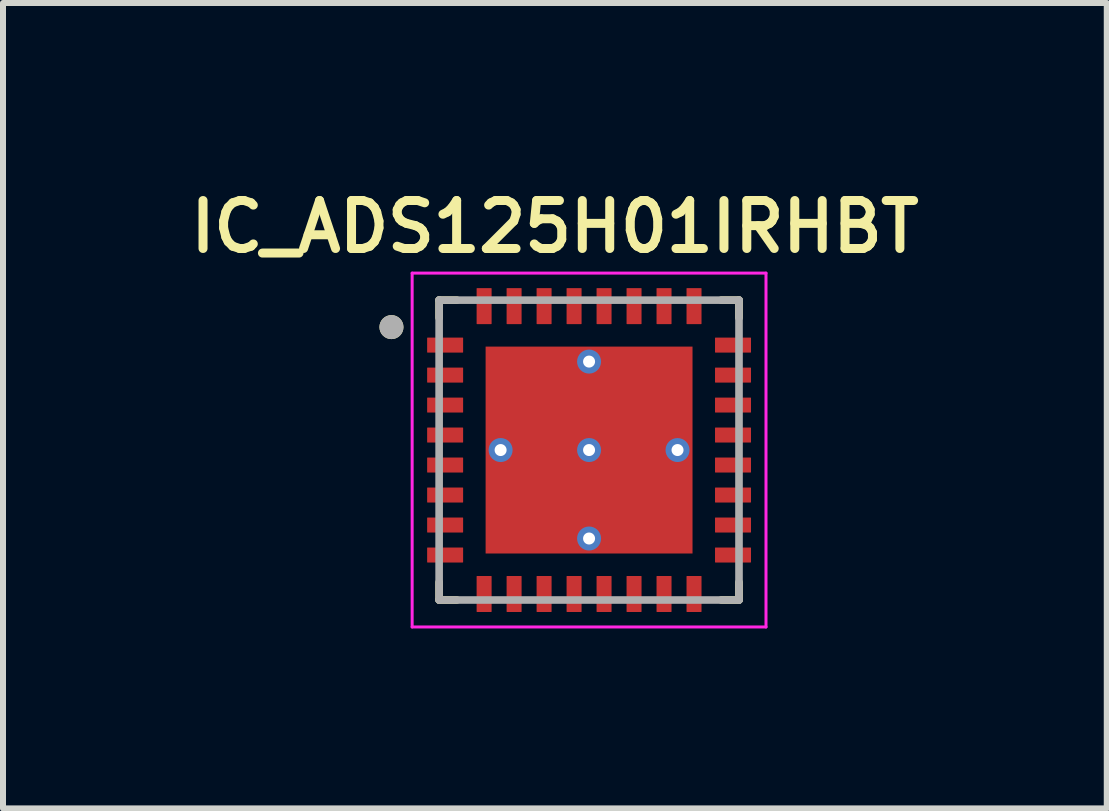
<source format=kicad_pcb>
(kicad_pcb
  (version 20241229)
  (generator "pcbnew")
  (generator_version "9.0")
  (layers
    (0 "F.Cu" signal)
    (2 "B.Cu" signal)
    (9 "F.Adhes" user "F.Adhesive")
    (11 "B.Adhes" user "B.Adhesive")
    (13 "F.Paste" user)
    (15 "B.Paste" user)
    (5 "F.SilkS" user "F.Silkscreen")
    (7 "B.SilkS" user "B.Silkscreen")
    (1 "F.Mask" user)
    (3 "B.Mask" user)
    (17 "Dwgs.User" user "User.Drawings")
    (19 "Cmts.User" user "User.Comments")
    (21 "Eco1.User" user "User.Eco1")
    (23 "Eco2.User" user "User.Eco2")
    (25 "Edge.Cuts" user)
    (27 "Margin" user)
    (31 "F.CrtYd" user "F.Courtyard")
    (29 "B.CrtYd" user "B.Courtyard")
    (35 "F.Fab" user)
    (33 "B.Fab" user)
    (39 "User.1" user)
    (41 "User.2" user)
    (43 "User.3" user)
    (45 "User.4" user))
  (footprint "IC_ADS125H01IRHBT"
    (layer "F.Cu")
    (at 6.772 4.454)
    (property "Reference" "IC_ADS125H01IRHBT" (at -0.57 -3.723 0) (layer "F.SilkS") (effects (font (size 0.8 0.8) (thickness 0.15))))
    (attr smd)
    (fp_poly (pts (xy -1.795 -1.795) (xy 1.795 -1.795) (xy 1.795 1.795) (xy -1.795 1.795)) (stroke (width 0.01) (type solid)) (fill yes) (layer "F.Mask"))
    (fp_poly (pts (xy -2.72 -1.945) (xy -2.08 -1.945) (xy -2.077 -1.945) (xy -2.075 -1.945) (xy -2.072 -1.944) (xy -2.07 -1.944) (xy -2.067 -1.943) (xy -2.065 -1.943) (xy -2.062 -1.942) (xy -2.06 -1.941) (xy -2.057 -1.94) (xy -2.055 -1.938) (xy -2.053 -1.937) (xy -2.051 -1.935) (xy -2.049 -1.934) (xy -2.047 -1.932) (xy -2.045 -1.93) (xy -2.043 -1.928) (xy -2.041 -1.926) (xy -2.04 -1.924) (xy -2.038 -1.922) (xy -2.037 -1.92) (xy -2.035 -1.918) (xy -2.034 -1.915) (xy -2.033 -1.913) (xy -2.032 -1.91) (xy -2.032 -1.908) (xy -2.031 -1.905) (xy -2.031 -1.903) (xy -2.03 -1.9) (xy -2.03 -1.898) (xy -2.03 -1.895) (xy -2.03 -1.605) (xy -2.03 -1.602) (xy -2.03 -1.6) (xy -2.031 -1.597) (xy -2.031 -1.595) (xy -2.032 -1.592) (xy -2.032 -1.59) (xy -2.033 -1.587) (xy -2.034 -1.585) (xy -2.035 -1.582) (xy -2.037 -1.58) (xy -2.038 -1.578) (xy -2.04 -1.576) (xy -2.041 -1.574) (xy -2.043 -1.572) (xy -2.045 -1.57) (xy -2.047 -1.568) (xy -2.049 -1.566) (xy -2.051 -1.565) (xy -2.053 -1.563) (xy -2.055 -1.562) (xy -2.057 -1.56) (xy -2.06 -1.559) (xy -2.062 -1.558) (xy -2.065 -1.557) (xy -2.067 -1.557) (xy -2.07 -1.556) (xy -2.072 -1.556) (xy -2.075 -1.555) (xy -2.077 -1.555) (xy -2.08 -1.555) (xy -2.72 -1.555) (xy -2.723 -1.555) (xy -2.725 -1.555) (xy -2.728 -1.556) (xy -2.73 -1.556) (xy -2.733 -1.557) (xy -2.735 -1.557) (xy -2.738 -1.558) (xy -2.74 -1.559) (xy -2.743 -1.56) (xy -2.745 -1.562) (xy -2.747 -1.563) (xy -2.749 -1.565) (xy -2.751 -1.566) (xy -2.753 -1.568) (xy -2.755 -1.57) (xy -2.757 -1.572) (xy -2.759 -1.574) (xy -2.76 -1.576) (xy -2.762 -1.578) (xy -2.763 -1.58) (xy -2.765 -1.582) (xy -2.766 -1.585) (xy -2.767 -1.587) (xy -2.768 -1.59) (xy -2.768 -1.592) (xy -2.769 -1.595) (xy -2.769 -1.597) (xy -2.77 -1.6) (xy -2.77 -1.602) (xy -2.77 -1.605) (xy -2.77 -1.895) (xy -2.77 -1.898) (xy -2.77 -1.9) (xy -2.769 -1.903) (xy -2.769 -1.905) (xy -2.768 -1.908) (xy -2.768 -1.91) (xy -2.767 -1.913) (xy -2.766 -1.915) (xy -2.765 -1.918) (xy -2.763 -1.92) (xy -2.762 -1.922) (xy -2.76 -1.924) (xy -2.759 -1.926) (xy -2.757 -1.928) (xy -2.755 -1.93) (xy -2.753 -1.932) (xy -2.751 -1.934) (xy -2.749 -1.935) (xy -2.747 -1.937) (xy -2.745 -1.938) (xy -2.743 -1.94) (xy -2.74 -1.941) (xy -2.738 -1.942) (xy -2.735 -1.943) (xy -2.733 -1.943) (xy -2.73 -1.944) (xy -2.728 -1.944) (xy -2.725 -1.945) (xy -2.723 -1.945) (xy -2.72 -1.945)) (stroke (width 0.01) (type solid)) (fill yes) (layer "F.Mask"))
    (fp_poly (pts (xy -2.72 -1.445) (xy -2.08 -1.445) (xy -2.077 -1.445) (xy -2.075 -1.445) (xy -2.072 -1.444) (xy -2.07 -1.444) (xy -2.067 -1.443) (xy -2.065 -1.443) (xy -2.062 -1.442) (xy -2.06 -1.441) (xy -2.057 -1.44) (xy -2.055 -1.438) (xy -2.053 -1.437) (xy -2.051 -1.435) (xy -2.049 -1.434) (xy -2.047 -1.432) (xy -2.045 -1.43) (xy -2.043 -1.428) (xy -2.041 -1.426) (xy -2.04 -1.424) (xy -2.038 -1.422) (xy -2.037 -1.42) (xy -2.035 -1.418) (xy -2.034 -1.415) (xy -2.033 -1.413) (xy -2.032 -1.41) (xy -2.032 -1.408) (xy -2.031 -1.405) (xy -2.031 -1.403) (xy -2.03 -1.4) (xy -2.03 -1.398) (xy -2.03 -1.395) (xy -2.03 -1.105) (xy -2.03 -1.102) (xy -2.03 -1.1) (xy -2.031 -1.097) (xy -2.031 -1.095) (xy -2.032 -1.092) (xy -2.032 -1.09) (xy -2.033 -1.087) (xy -2.034 -1.085) (xy -2.035 -1.082) (xy -2.037 -1.08) (xy -2.038 -1.078) (xy -2.04 -1.076) (xy -2.041 -1.074) (xy -2.043 -1.072) (xy -2.045 -1.07) (xy -2.047 -1.068) (xy -2.049 -1.066) (xy -2.051 -1.065) (xy -2.053 -1.063) (xy -2.055 -1.062) (xy -2.057 -1.06) (xy -2.06 -1.059) (xy -2.062 -1.058) (xy -2.065 -1.057) (xy -2.067 -1.057) (xy -2.07 -1.056) (xy -2.072 -1.056) (xy -2.075 -1.055) (xy -2.077 -1.055) (xy -2.08 -1.055) (xy -2.72 -1.055) (xy -2.723 -1.055) (xy -2.725 -1.055) (xy -2.728 -1.056) (xy -2.73 -1.056) (xy -2.733 -1.057) (xy -2.735 -1.057) (xy -2.738 -1.058) (xy -2.74 -1.059) (xy -2.743 -1.06) (xy -2.745 -1.062) (xy -2.747 -1.063) (xy -2.749 -1.065) (xy -2.751 -1.066) (xy -2.753 -1.068) (xy -2.755 -1.07) (xy -2.757 -1.072) (xy -2.759 -1.074) (xy -2.76 -1.076) (xy -2.762 -1.078) (xy -2.763 -1.08) (xy -2.765 -1.082) (xy -2.766 -1.085) (xy -2.767 -1.087) (xy -2.768 -1.09) (xy -2.768 -1.092) (xy -2.769 -1.095) (xy -2.769 -1.097) (xy -2.77 -1.1) (xy -2.77 -1.102) (xy -2.77 -1.105) (xy -2.77 -1.395) (xy -2.77 -1.398) (xy -2.77 -1.4) (xy -2.769 -1.403) (xy -2.769 -1.405) (xy -2.768 -1.408) (xy -2.768 -1.41) (xy -2.767 -1.413) (xy -2.766 -1.415) (xy -2.765 -1.418) (xy -2.763 -1.42) (xy -2.762 -1.422) (xy -2.76 -1.424) (xy -2.759 -1.426) (xy -2.757 -1.428) (xy -2.755 -1.43) (xy -2.753 -1.432) (xy -2.751 -1.434) (xy -2.749 -1.435) (xy -2.747 -1.437) (xy -2.745 -1.438) (xy -2.743 -1.44) (xy -2.74 -1.441) (xy -2.738 -1.442) (xy -2.735 -1.443) (xy -2.733 -1.443) (xy -2.73 -1.444) (xy -2.728 -1.444) (xy -2.725 -1.445) (xy -2.723 -1.445) (xy -2.72 -1.445)) (stroke (width 0.01) (type solid)) (fill yes) (layer "F.Mask"))
    (fp_poly (pts (xy -2.72 -0.945) (xy -2.08 -0.945) (xy -2.077 -0.945) (xy -2.075 -0.945) (xy -2.072 -0.944) (xy -2.07 -0.944) (xy -2.067 -0.943) (xy -2.065 -0.943) (xy -2.062 -0.942) (xy -2.06 -0.941) (xy -2.057 -0.94) (xy -2.055 -0.938) (xy -2.053 -0.937) (xy -2.051 -0.935) (xy -2.049 -0.934) (xy -2.047 -0.932) (xy -2.045 -0.93) (xy -2.043 -0.928) (xy -2.041 -0.926) (xy -2.04 -0.924) (xy -2.038 -0.922) (xy -2.037 -0.92) (xy -2.035 -0.918) (xy -2.034 -0.915) (xy -2.033 -0.913) (xy -2.032 -0.91) (xy -2.032 -0.908) (xy -2.031 -0.905) (xy -2.031 -0.903) (xy -2.03 -0.9) (xy -2.03 -0.898) (xy -2.03 -0.895) (xy -2.03 -0.605) (xy -2.03 -0.602) (xy -2.03 -0.6) (xy -2.031 -0.597) (xy -2.031 -0.595) (xy -2.032 -0.592) (xy -2.032 -0.59) (xy -2.033 -0.587) (xy -2.034 -0.585) (xy -2.035 -0.582) (xy -2.037 -0.58) (xy -2.038 -0.578) (xy -2.04 -0.576) (xy -2.041 -0.574) (xy -2.043 -0.572) (xy -2.045 -0.57) (xy -2.047 -0.568) (xy -2.049 -0.566) (xy -2.051 -0.565) (xy -2.053 -0.563) (xy -2.055 -0.562) (xy -2.057 -0.56) (xy -2.06 -0.559) (xy -2.062 -0.558) (xy -2.065 -0.557) (xy -2.067 -0.557) (xy -2.07 -0.556) (xy -2.072 -0.556) (xy -2.075 -0.555) (xy -2.077 -0.555) (xy -2.08 -0.555) (xy -2.72 -0.555) (xy -2.723 -0.555) (xy -2.725 -0.555) (xy -2.728 -0.556) (xy -2.73 -0.556) (xy -2.733 -0.557) (xy -2.735 -0.557) (xy -2.738 -0.558) (xy -2.74 -0.559) (xy -2.743 -0.56) (xy -2.745 -0.562) (xy -2.747 -0.563) (xy -2.749 -0.565) (xy -2.751 -0.566) (xy -2.753 -0.568) (xy -2.755 -0.57) (xy -2.757 -0.572) (xy -2.759 -0.574) (xy -2.76 -0.576) (xy -2.762 -0.578) (xy -2.763 -0.58) (xy -2.765 -0.582) (xy -2.766 -0.585) (xy -2.767 -0.587) (xy -2.768 -0.59) (xy -2.768 -0.592) (xy -2.769 -0.595) (xy -2.769 -0.597) (xy -2.77 -0.6) (xy -2.77 -0.602) (xy -2.77 -0.605) (xy -2.77 -0.895) (xy -2.77 -0.898) (xy -2.77 -0.9) (xy -2.769 -0.903) (xy -2.769 -0.905) (xy -2.768 -0.908) (xy -2.768 -0.91) (xy -2.767 -0.913) (xy -2.766 -0.915) (xy -2.765 -0.918) (xy -2.763 -0.92) (xy -2.762 -0.922) (xy -2.76 -0.924) (xy -2.759 -0.926) (xy -2.757 -0.928) (xy -2.755 -0.93) (xy -2.753 -0.932) (xy -2.751 -0.934) (xy -2.749 -0.935) (xy -2.747 -0.937) (xy -2.745 -0.938) (xy -2.743 -0.94) (xy -2.74 -0.941) (xy -2.738 -0.942) (xy -2.735 -0.943) (xy -2.733 -0.943) (xy -2.73 -0.944) (xy -2.728 -0.944) (xy -2.725 -0.945) (xy -2.723 -0.945) (xy -2.72 -0.945)) (stroke (width 0.01) (type solid)) (fill yes) (layer "F.Mask"))
    (fp_poly (pts (xy -2.72 -0.445) (xy -2.08 -0.445) (xy -2.077 -0.445) (xy -2.075 -0.445) (xy -2.072 -0.444) (xy -2.07 -0.444) (xy -2.067 -0.443) (xy -2.065 -0.443) (xy -2.062 -0.442) (xy -2.06 -0.441) (xy -2.057 -0.44) (xy -2.055 -0.438) (xy -2.053 -0.437) (xy -2.051 -0.435) (xy -2.049 -0.434) (xy -2.047 -0.432) (xy -2.045 -0.43) (xy -2.043 -0.428) (xy -2.041 -0.426) (xy -2.04 -0.424) (xy -2.038 -0.422) (xy -2.037 -0.42) (xy -2.035 -0.418) (xy -2.034 -0.415) (xy -2.033 -0.413) (xy -2.032 -0.41) (xy -2.032 -0.408) (xy -2.031 -0.405) (xy -2.031 -0.403) (xy -2.03 -0.4) (xy -2.03 -0.398) (xy -2.03 -0.395) (xy -2.03 -0.105) (xy -2.03 -0.102) (xy -2.03 -0.1) (xy -2.031 -0.097) (xy -2.031 -0.095) (xy -2.032 -0.092) (xy -2.032 -0.09) (xy -2.033 -0.087) (xy -2.034 -0.085) (xy -2.035 -0.082) (xy -2.037 -0.08) (xy -2.038 -0.078) (xy -2.04 -0.076) (xy -2.041 -0.074) (xy -2.043 -0.072) (xy -2.045 -0.07) (xy -2.047 -0.068) (xy -2.049 -0.066) (xy -2.051 -0.065) (xy -2.053 -0.063) (xy -2.055 -0.062) (xy -2.057 -0.06) (xy -2.06 -0.059) (xy -2.062 -0.058) (xy -2.065 -0.057) (xy -2.067 -0.057) (xy -2.07 -0.056) (xy -2.072 -0.056) (xy -2.075 -0.055) (xy -2.077 -0.055) (xy -2.08 -0.055) (xy -2.72 -0.055) (xy -2.723 -0.055) (xy -2.725 -0.055) (xy -2.728 -0.056) (xy -2.73 -0.056) (xy -2.733 -0.057) (xy -2.735 -0.057) (xy -2.738 -0.058) (xy -2.74 -0.059) (xy -2.743 -0.06) (xy -2.745 -0.062) (xy -2.747 -0.063) (xy -2.749 -0.065) (xy -2.751 -0.066) (xy -2.753 -0.068) (xy -2.755 -0.07) (xy -2.757 -0.072) (xy -2.759 -0.074) (xy -2.76 -0.076) (xy -2.762 -0.078) (xy -2.763 -0.08) (xy -2.765 -0.082) (xy -2.766 -0.085) (xy -2.767 -0.087) (xy -2.768 -0.09) (xy -2.768 -0.092) (xy -2.769 -0.095) (xy -2.769 -0.097) (xy -2.77 -0.1) (xy -2.77 -0.102) (xy -2.77 -0.105) (xy -2.77 -0.395) (xy -2.77 -0.398) (xy -2.77 -0.4) (xy -2.769 -0.403) (xy -2.769 -0.405) (xy -2.768 -0.408) (xy -2.768 -0.41) (xy -2.767 -0.413) (xy -2.766 -0.415) (xy -2.765 -0.418) (xy -2.763 -0.42) (xy -2.762 -0.422) (xy -2.76 -0.424) (xy -2.759 -0.426) (xy -2.757 -0.428) (xy -2.755 -0.43) (xy -2.753 -0.432) (xy -2.751 -0.434) (xy -2.749 -0.435) (xy -2.747 -0.437) (xy -2.745 -0.438) (xy -2.743 -0.44) (xy -2.74 -0.441) (xy -2.738 -0.442) (xy -2.735 -0.443) (xy -2.733 -0.443) (xy -2.73 -0.444) (xy -2.728 -0.444) (xy -2.725 -0.445) (xy -2.723 -0.445) (xy -2.72 -0.445)) (stroke (width 0.01) (type solid)) (fill yes) (layer "F.Mask"))
    (fp_poly (pts (xy -2.72 0.055) (xy -2.08 0.055) (xy -2.077 0.055) (xy -2.075 0.055) (xy -2.072 0.056) (xy -2.07 0.056) (xy -2.067 0.057) (xy -2.065 0.057) (xy -2.062 0.058) (xy -2.06 0.059) (xy -2.057 0.06) (xy -2.055 0.062) (xy -2.053 0.063) (xy -2.051 0.065) (xy -2.049 0.066) (xy -2.047 0.068) (xy -2.045 0.07) (xy -2.043 0.072) (xy -2.041 0.074) (xy -2.04 0.076) (xy -2.038 0.078) (xy -2.037 0.08) (xy -2.035 0.082) (xy -2.034 0.085) (xy -2.033 0.087) (xy -2.032 0.09) (xy -2.032 0.092) (xy -2.031 0.095) (xy -2.031 0.097) (xy -2.03 0.1) (xy -2.03 0.102) (xy -2.03 0.105) (xy -2.03 0.395) (xy -2.03 0.398) (xy -2.03 0.4) (xy -2.031 0.403) (xy -2.031 0.405) (xy -2.032 0.408) (xy -2.032 0.41) (xy -2.033 0.413) (xy -2.034 0.415) (xy -2.035 0.418) (xy -2.037 0.42) (xy -2.038 0.422) (xy -2.04 0.424) (xy -2.041 0.426) (xy -2.043 0.428) (xy -2.045 0.43) (xy -2.047 0.432) (xy -2.049 0.434) (xy -2.051 0.435) (xy -2.053 0.437) (xy -2.055 0.438) (xy -2.057 0.44) (xy -2.06 0.441) (xy -2.062 0.442) (xy -2.065 0.443) (xy -2.067 0.443) (xy -2.07 0.444) (xy -2.072 0.444) (xy -2.075 0.445) (xy -2.077 0.445) (xy -2.08 0.445) (xy -2.72 0.445) (xy -2.723 0.445) (xy -2.725 0.445) (xy -2.728 0.444) (xy -2.73 0.444) (xy -2.733 0.443) (xy -2.735 0.443) (xy -2.738 0.442) (xy -2.74 0.441) (xy -2.743 0.44) (xy -2.745 0.438) (xy -2.747 0.437) (xy -2.749 0.435) (xy -2.751 0.434) (xy -2.753 0.432) (xy -2.755 0.43) (xy -2.757 0.428) (xy -2.759 0.426) (xy -2.76 0.424) (xy -2.762 0.422) (xy -2.763 0.42) (xy -2.765 0.418) (xy -2.766 0.415) (xy -2.767 0.413) (xy -2.768 0.41) (xy -2.768 0.408) (xy -2.769 0.405) (xy -2.769 0.403) (xy -2.77 0.4) (xy -2.77 0.398) (xy -2.77 0.395) (xy -2.77 0.105) (xy -2.77 0.102) (xy -2.77 0.1) (xy -2.769 0.097) (xy -2.769 0.095) (xy -2.768 0.092) (xy -2.768 0.09) (xy -2.767 0.087) (xy -2.766 0.085) (xy -2.765 0.082) (xy -2.763 0.08) (xy -2.762 0.078) (xy -2.76 0.076) (xy -2.759 0.074) (xy -2.757 0.072) (xy -2.755 0.07) (xy -2.753 0.068) (xy -2.751 0.066) (xy -2.749 0.065) (xy -2.747 0.063) (xy -2.745 0.062) (xy -2.743 0.06) (xy -2.74 0.059) (xy -2.738 0.058) (xy -2.735 0.057) (xy -2.733 0.057) (xy -2.73 0.056) (xy -2.728 0.056) (xy -2.725 0.055) (xy -2.723 0.055) (xy -2.72 0.055)) (stroke (width 0.01) (type solid)) (fill yes) (layer "F.Mask"))
    (fp_poly (pts (xy -2.72 0.555) (xy -2.08 0.555) (xy -2.077 0.555) (xy -2.075 0.555) (xy -2.072 0.556) (xy -2.07 0.556) (xy -2.067 0.557) (xy -2.065 0.557) (xy -2.062 0.558) (xy -2.06 0.559) (xy -2.057 0.56) (xy -2.055 0.562) (xy -2.053 0.563) (xy -2.051 0.565) (xy -2.049 0.566) (xy -2.047 0.568) (xy -2.045 0.57) (xy -2.043 0.572) (xy -2.041 0.574) (xy -2.04 0.576) (xy -2.038 0.578) (xy -2.037 0.58) (xy -2.035 0.582) (xy -2.034 0.585) (xy -2.033 0.587) (xy -2.032 0.59) (xy -2.032 0.592) (xy -2.031 0.595) (xy -2.031 0.597) (xy -2.03 0.6) (xy -2.03 0.602) (xy -2.03 0.605) (xy -2.03 0.895) (xy -2.03 0.898) (xy -2.03 0.9) (xy -2.031 0.903) (xy -2.031 0.905) (xy -2.032 0.908) (xy -2.032 0.91) (xy -2.033 0.913) (xy -2.034 0.915) (xy -2.035 0.918) (xy -2.037 0.92) (xy -2.038 0.922) (xy -2.04 0.924) (xy -2.041 0.926) (xy -2.043 0.928) (xy -2.045 0.93) (xy -2.047 0.932) (xy -2.049 0.934) (xy -2.051 0.935) (xy -2.053 0.937) (xy -2.055 0.938) (xy -2.057 0.94) (xy -2.06 0.941) (xy -2.062 0.942) (xy -2.065 0.943) (xy -2.067 0.943) (xy -2.07 0.944) (xy -2.072 0.944) (xy -2.075 0.945) (xy -2.077 0.945) (xy -2.08 0.945) (xy -2.72 0.945) (xy -2.723 0.945) (xy -2.725 0.945) (xy -2.728 0.944) (xy -2.73 0.944) (xy -2.733 0.943) (xy -2.735 0.943) (xy -2.738 0.942) (xy -2.74 0.941) (xy -2.743 0.94) (xy -2.745 0.938) (xy -2.747 0.937) (xy -2.749 0.935) (xy -2.751 0.934) (xy -2.753 0.932) (xy -2.755 0.93) (xy -2.757 0.928) (xy -2.759 0.926) (xy -2.76 0.924) (xy -2.762 0.922) (xy -2.763 0.92) (xy -2.765 0.918) (xy -2.766 0.915) (xy -2.767 0.913) (xy -2.768 0.91) (xy -2.768 0.908) (xy -2.769 0.905) (xy -2.769 0.903) (xy -2.77 0.9) (xy -2.77 0.898) (xy -2.77 0.895) (xy -2.77 0.605) (xy -2.77 0.602) (xy -2.77 0.6) (xy -2.769 0.597) (xy -2.769 0.595) (xy -2.768 0.592) (xy -2.768 0.59) (xy -2.767 0.587) (xy -2.766 0.585) (xy -2.765 0.582) (xy -2.763 0.58) (xy -2.762 0.578) (xy -2.76 0.576) (xy -2.759 0.574) (xy -2.757 0.572) (xy -2.755 0.57) (xy -2.753 0.568) (xy -2.751 0.566) (xy -2.749 0.565) (xy -2.747 0.563) (xy -2.745 0.562) (xy -2.743 0.56) (xy -2.74 0.559) (xy -2.738 0.558) (xy -2.735 0.557) (xy -2.733 0.557) (xy -2.73 0.556) (xy -2.728 0.556) (xy -2.725 0.555) (xy -2.723 0.555) (xy -2.72 0.555)) (stroke (width 0.01) (type solid)) (fill yes) (layer "F.Mask"))
    (fp_poly (pts (xy -2.72 1.055) (xy -2.08 1.055) (xy -2.077 1.055) (xy -2.075 1.055) (xy -2.072 1.056) (xy -2.07 1.056) (xy -2.067 1.057) (xy -2.065 1.057) (xy -2.062 1.058) (xy -2.06 1.059) (xy -2.057 1.06) (xy -2.055 1.062) (xy -2.053 1.063) (xy -2.051 1.065) (xy -2.049 1.066) (xy -2.047 1.068) (xy -2.045 1.07) (xy -2.043 1.072) (xy -2.041 1.074) (xy -2.04 1.076) (xy -2.038 1.078) (xy -2.037 1.08) (xy -2.035 1.082) (xy -2.034 1.085) (xy -2.033 1.087) (xy -2.032 1.09) (xy -2.032 1.092) (xy -2.031 1.095) (xy -2.031 1.097) (xy -2.03 1.1) (xy -2.03 1.102) (xy -2.03 1.105) (xy -2.03 1.395) (xy -2.03 1.398) (xy -2.03 1.4) (xy -2.031 1.403) (xy -2.031 1.405) (xy -2.032 1.408) (xy -2.032 1.41) (xy -2.033 1.413) (xy -2.034 1.415) (xy -2.035 1.418) (xy -2.037 1.42) (xy -2.038 1.422) (xy -2.04 1.424) (xy -2.041 1.426) (xy -2.043 1.428) (xy -2.045 1.43) (xy -2.047 1.432) (xy -2.049 1.434) (xy -2.051 1.435) (xy -2.053 1.437) (xy -2.055 1.438) (xy -2.057 1.44) (xy -2.06 1.441) (xy -2.062 1.442) (xy -2.065 1.443) (xy -2.067 1.443) (xy -2.07 1.444) (xy -2.072 1.444) (xy -2.075 1.445) (xy -2.077 1.445) (xy -2.08 1.445) (xy -2.72 1.445) (xy -2.723 1.445) (xy -2.725 1.445) (xy -2.728 1.444) (xy -2.73 1.444) (xy -2.733 1.443) (xy -2.735 1.443) (xy -2.738 1.442) (xy -2.74 1.441) (xy -2.743 1.44) (xy -2.745 1.438) (xy -2.747 1.437) (xy -2.749 1.435) (xy -2.751 1.434) (xy -2.753 1.432) (xy -2.755 1.43) (xy -2.757 1.428) (xy -2.759 1.426) (xy -2.76 1.424) (xy -2.762 1.422) (xy -2.763 1.42) (xy -2.765 1.418) (xy -2.766 1.415) (xy -2.767 1.413) (xy -2.768 1.41) (xy -2.768 1.408) (xy -2.769 1.405) (xy -2.769 1.403) (xy -2.77 1.4) (xy -2.77 1.398) (xy -2.77 1.395) (xy -2.77 1.105) (xy -2.77 1.102) (xy -2.77 1.1) (xy -2.769 1.097) (xy -2.769 1.095) (xy -2.768 1.092) (xy -2.768 1.09) (xy -2.767 1.087) (xy -2.766 1.085) (xy -2.765 1.082) (xy -2.763 1.08) (xy -2.762 1.078) (xy -2.76 1.076) (xy -2.759 1.074) (xy -2.757 1.072) (xy -2.755 1.07) (xy -2.753 1.068) (xy -2.751 1.066) (xy -2.749 1.065) (xy -2.747 1.063) (xy -2.745 1.062) (xy -2.743 1.06) (xy -2.74 1.059) (xy -2.738 1.058) (xy -2.735 1.057) (xy -2.733 1.057) (xy -2.73 1.056) (xy -2.728 1.056) (xy -2.725 1.055) (xy -2.723 1.055) (xy -2.72 1.055)) (stroke (width 0.01) (type solid)) (fill yes) (layer "F.Mask"))
    (fp_poly (pts (xy -2.72 1.555) (xy -2.08 1.555) (xy -2.077 1.555) (xy -2.075 1.555) (xy -2.072 1.556) (xy -2.07 1.556) (xy -2.067 1.557) (xy -2.065 1.557) (xy -2.062 1.558) (xy -2.06 1.559) (xy -2.057 1.56) (xy -2.055 1.562) (xy -2.053 1.563) (xy -2.051 1.565) (xy -2.049 1.566) (xy -2.047 1.568) (xy -2.045 1.57) (xy -2.043 1.572) (xy -2.041 1.574) (xy -2.04 1.576) (xy -2.038 1.578) (xy -2.037 1.58) (xy -2.035 1.582) (xy -2.034 1.585) (xy -2.033 1.587) (xy -2.032 1.59) (xy -2.032 1.592) (xy -2.031 1.595) (xy -2.031 1.597) (xy -2.03 1.6) (xy -2.03 1.602) (xy -2.03 1.605) (xy -2.03 1.895) (xy -2.03 1.898) (xy -2.03 1.9) (xy -2.031 1.903) (xy -2.031 1.905) (xy -2.032 1.908) (xy -2.032 1.91) (xy -2.033 1.913) (xy -2.034 1.915) (xy -2.035 1.918) (xy -2.037 1.92) (xy -2.038 1.922) (xy -2.04 1.924) (xy -2.041 1.926) (xy -2.043 1.928) (xy -2.045 1.93) (xy -2.047 1.932) (xy -2.049 1.934) (xy -2.051 1.935) (xy -2.053 1.937) (xy -2.055 1.938) (xy -2.057 1.94) (xy -2.06 1.941) (xy -2.062 1.942) (xy -2.065 1.943) (xy -2.067 1.943) (xy -2.07 1.944) (xy -2.072 1.944) (xy -2.075 1.945) (xy -2.077 1.945) (xy -2.08 1.945) (xy -2.72 1.945) (xy -2.723 1.945) (xy -2.725 1.945) (xy -2.728 1.944) (xy -2.73 1.944) (xy -2.733 1.943) (xy -2.735 1.943) (xy -2.738 1.942) (xy -2.74 1.941) (xy -2.743 1.94) (xy -2.745 1.938) (xy -2.747 1.937) (xy -2.749 1.935) (xy -2.751 1.934) (xy -2.753 1.932) (xy -2.755 1.93) (xy -2.757 1.928) (xy -2.759 1.926) (xy -2.76 1.924) (xy -2.762 1.922) (xy -2.763 1.92) (xy -2.765 1.918) (xy -2.766 1.915) (xy -2.767 1.913) (xy -2.768 1.91) (xy -2.768 1.908) (xy -2.769 1.905) (xy -2.769 1.903) (xy -2.77 1.9) (xy -2.77 1.898) (xy -2.77 1.895) (xy -2.77 1.605) (xy -2.77 1.602) (xy -2.77 1.6) (xy -2.769 1.597) (xy -2.769 1.595) (xy -2.768 1.592) (xy -2.768 1.59) (xy -2.767 1.587) (xy -2.766 1.585) (xy -2.765 1.582) (xy -2.763 1.58) (xy -2.762 1.578) (xy -2.76 1.576) (xy -2.759 1.574) (xy -2.757 1.572) (xy -2.755 1.57) (xy -2.753 1.568) (xy -2.751 1.566) (xy -2.749 1.565) (xy -2.747 1.563) (xy -2.745 1.562) (xy -2.743 1.56) (xy -2.74 1.559) (xy -2.738 1.558) (xy -2.735 1.557) (xy -2.733 1.557) (xy -2.73 1.556) (xy -2.728 1.556) (xy -2.725 1.555) (xy -2.723 1.555) (xy -2.72 1.555)) (stroke (width 0.01) (type solid)) (fill yes) (layer "F.Mask"))
    (fp_poly (pts (xy -1.945 -2.08) (xy -1.945 -2.72) (xy -1.945 -2.723) (xy -1.945 -2.725) (xy -1.944 -2.728) (xy -1.944 -2.73) (xy -1.943 -2.733) (xy -1.943 -2.735) (xy -1.942 -2.738) (xy -1.941 -2.74) (xy -1.94 -2.743) (xy -1.938 -2.745) (xy -1.937 -2.747) (xy -1.935 -2.749) (xy -1.934 -2.751) (xy -1.932 -2.753) (xy -1.93 -2.755) (xy -1.928 -2.757) (xy -1.926 -2.759) (xy -1.924 -2.76) (xy -1.922 -2.762) (xy -1.92 -2.763) (xy -1.918 -2.765) (xy -1.915 -2.766) (xy -1.913 -2.767) (xy -1.91 -2.768) (xy -1.908 -2.768) (xy -1.905 -2.769) (xy -1.903 -2.769) (xy -1.9 -2.77) (xy -1.898 -2.77) (xy -1.895 -2.77) (xy -1.605 -2.77) (xy -1.602 -2.77) (xy -1.6 -2.77) (xy -1.597 -2.769) (xy -1.595 -2.769) (xy -1.592 -2.768) (xy -1.59 -2.768) (xy -1.587 -2.767) (xy -1.585 -2.766) (xy -1.582 -2.765) (xy -1.58 -2.763) (xy -1.578 -2.762) (xy -1.576 -2.76) (xy -1.574 -2.759) (xy -1.572 -2.757) (xy -1.57 -2.755) (xy -1.568 -2.753) (xy -1.566 -2.751) (xy -1.565 -2.749) (xy -1.563 -2.747) (xy -1.562 -2.745) (xy -1.56 -2.743) (xy -1.559 -2.74) (xy -1.558 -2.738) (xy -1.557 -2.735) (xy -1.557 -2.733) (xy -1.556 -2.73) (xy -1.556 -2.728) (xy -1.555 -2.725) (xy -1.555 -2.723) (xy -1.555 -2.72) (xy -1.555 -2.08) (xy -1.555 -2.077) (xy -1.555 -2.075) (xy -1.556 -2.072) (xy -1.556 -2.07) (xy -1.557 -2.067) (xy -1.557 -2.065) (xy -1.558 -2.062) (xy -1.559 -2.06) (xy -1.56 -2.057) (xy -1.562 -2.055) (xy -1.563 -2.053) (xy -1.565 -2.051) (xy -1.566 -2.049) (xy -1.568 -2.047) (xy -1.57 -2.045) (xy -1.572 -2.043) (xy -1.574 -2.041) (xy -1.576 -2.04) (xy -1.578 -2.038) (xy -1.58 -2.037) (xy -1.582 -2.035) (xy -1.585 -2.034) (xy -1.587 -2.033) (xy -1.59 -2.032) (xy -1.592 -2.032) (xy -1.595 -2.031) (xy -1.597 -2.031) (xy -1.6 -2.03) (xy -1.602 -2.03) (xy -1.605 -2.03) (xy -1.895 -2.03) (xy -1.898 -2.03) (xy -1.9 -2.03) (xy -1.903 -2.031) (xy -1.905 -2.031) (xy -1.908 -2.032) (xy -1.91 -2.032) (xy -1.913 -2.033) (xy -1.915 -2.034) (xy -1.918 -2.035) (xy -1.92 -2.037) (xy -1.922 -2.038) (xy -1.924 -2.04) (xy -1.926 -2.041) (xy -1.928 -2.043) (xy -1.93 -2.045) (xy -1.932 -2.047) (xy -1.934 -2.049) (xy -1.935 -2.051) (xy -1.937 -2.053) (xy -1.938 -2.055) (xy -1.94 -2.057) (xy -1.941 -2.06) (xy -1.942 -2.062) (xy -1.943 -2.065) (xy -1.943 -2.067) (xy -1.944 -2.07) (xy -1.944 -2.072) (xy -1.945 -2.075) (xy -1.945 -2.077) (xy -1.945 -2.08)) (stroke (width 0.01) (type solid)) (fill yes) (layer "F.Mask"))
    (fp_poly (pts (xy -1.945 2.72) (xy -1.945 2.08) (xy -1.945 2.077) (xy -1.945 2.075) (xy -1.944 2.072) (xy -1.944 2.07) (xy -1.943 2.067) (xy -1.943 2.065) (xy -1.942 2.062) (xy -1.941 2.06) (xy -1.94 2.057) (xy -1.938 2.055) (xy -1.937 2.053) (xy -1.935 2.051) (xy -1.934 2.049) (xy -1.932 2.047) (xy -1.93 2.045) (xy -1.928 2.043) (xy -1.926 2.041) (xy -1.924 2.04) (xy -1.922 2.038) (xy -1.92 2.037) (xy -1.918 2.035) (xy -1.915 2.034) (xy -1.913 2.033) (xy -1.91 2.032) (xy -1.908 2.032) (xy -1.905 2.031) (xy -1.903 2.031) (xy -1.9 2.03) (xy -1.898 2.03) (xy -1.895 2.03) (xy -1.605 2.03) (xy -1.602 2.03) (xy -1.6 2.03) (xy -1.597 2.031) (xy -1.595 2.031) (xy -1.592 2.032) (xy -1.59 2.032) (xy -1.587 2.033) (xy -1.585 2.034) (xy -1.582 2.035) (xy -1.58 2.037) (xy -1.578 2.038) (xy -1.576 2.04) (xy -1.574 2.041) (xy -1.572 2.043) (xy -1.57 2.045) (xy -1.568 2.047) (xy -1.566 2.049) (xy -1.565 2.051) (xy -1.563 2.053) (xy -1.562 2.055) (xy -1.56 2.057) (xy -1.559 2.06) (xy -1.558 2.062) (xy -1.557 2.065) (xy -1.557 2.067) (xy -1.556 2.07) (xy -1.556 2.072) (xy -1.555 2.075) (xy -1.555 2.077) (xy -1.555 2.08) (xy -1.555 2.72) (xy -1.555 2.723) (xy -1.555 2.725) (xy -1.556 2.728) (xy -1.556 2.73) (xy -1.557 2.733) (xy -1.557 2.735) (xy -1.558 2.738) (xy -1.559 2.74) (xy -1.56 2.743) (xy -1.562 2.745) (xy -1.563 2.747) (xy -1.565 2.749) (xy -1.566 2.751) (xy -1.568 2.753) (xy -1.57 2.755) (xy -1.572 2.757) (xy -1.574 2.759) (xy -1.576 2.76) (xy -1.578 2.762) (xy -1.58 2.763) (xy -1.582 2.765) (xy -1.585 2.766) (xy -1.587 2.767) (xy -1.59 2.768) (xy -1.592 2.768) (xy -1.595 2.769) (xy -1.597 2.769) (xy -1.6 2.77) (xy -1.602 2.77) (xy -1.605 2.77) (xy -1.895 2.77) (xy -1.898 2.77) (xy -1.9 2.77) (xy -1.903 2.769) (xy -1.905 2.769) (xy -1.908 2.768) (xy -1.91 2.768) (xy -1.913 2.767) (xy -1.915 2.766) (xy -1.918 2.765) (xy -1.92 2.763) (xy -1.922 2.762) (xy -1.924 2.76) (xy -1.926 2.759) (xy -1.928 2.757) (xy -1.93 2.755) (xy -1.932 2.753) (xy -1.934 2.751) (xy -1.935 2.749) (xy -1.937 2.747) (xy -1.938 2.745) (xy -1.94 2.743) (xy -1.941 2.74) (xy -1.942 2.738) (xy -1.943 2.735) (xy -1.943 2.733) (xy -1.944 2.73) (xy -1.944 2.728) (xy -1.945 2.725) (xy -1.945 2.723) (xy -1.945 2.72)) (stroke (width 0.01) (type solid)) (fill yes) (layer "F.Mask"))
    (fp_poly (pts (xy -1.445 -2.08) (xy -1.445 -2.72) (xy -1.445 -2.723) (xy -1.445 -2.725) (xy -1.444 -2.728) (xy -1.444 -2.73) (xy -1.443 -2.733) (xy -1.443 -2.735) (xy -1.442 -2.738) (xy -1.441 -2.74) (xy -1.44 -2.743) (xy -1.438 -2.745) (xy -1.437 -2.747) (xy -1.435 -2.749) (xy -1.434 -2.751) (xy -1.432 -2.753) (xy -1.43 -2.755) (xy -1.428 -2.757) (xy -1.426 -2.759) (xy -1.424 -2.76) (xy -1.422 -2.762) (xy -1.42 -2.763) (xy -1.418 -2.765) (xy -1.415 -2.766) (xy -1.413 -2.767) (xy -1.41 -2.768) (xy -1.408 -2.768) (xy -1.405 -2.769) (xy -1.403 -2.769) (xy -1.4 -2.77) (xy -1.398 -2.77) (xy -1.395 -2.77) (xy -1.105 -2.77) (xy -1.102 -2.77) (xy -1.1 -2.77) (xy -1.097 -2.769) (xy -1.095 -2.769) (xy -1.092 -2.768) (xy -1.09 -2.768) (xy -1.087 -2.767) (xy -1.085 -2.766) (xy -1.082 -2.765) (xy -1.08 -2.763) (xy -1.078 -2.762) (xy -1.076 -2.76) (xy -1.074 -2.759) (xy -1.072 -2.757) (xy -1.07 -2.755) (xy -1.068 -2.753) (xy -1.066 -2.751) (xy -1.065 -2.749) (xy -1.063 -2.747) (xy -1.062 -2.745) (xy -1.06 -2.743) (xy -1.059 -2.74) (xy -1.058 -2.738) (xy -1.057 -2.735) (xy -1.057 -2.733) (xy -1.056 -2.73) (xy -1.056 -2.728) (xy -1.055 -2.725) (xy -1.055 -2.723) (xy -1.055 -2.72) (xy -1.055 -2.08) (xy -1.055 -2.077) (xy -1.055 -2.075) (xy -1.056 -2.072) (xy -1.056 -2.07) (xy -1.057 -2.067) (xy -1.057 -2.065) (xy -1.058 -2.062) (xy -1.059 -2.06) (xy -1.06 -2.057) (xy -1.062 -2.055) (xy -1.063 -2.053) (xy -1.065 -2.051) (xy -1.066 -2.049) (xy -1.068 -2.047) (xy -1.07 -2.045) (xy -1.072 -2.043) (xy -1.074 -2.041) (xy -1.076 -2.04) (xy -1.078 -2.038) (xy -1.08 -2.037) (xy -1.082 -2.035) (xy -1.085 -2.034) (xy -1.087 -2.033) (xy -1.09 -2.032) (xy -1.092 -2.032) (xy -1.095 -2.031) (xy -1.097 -2.031) (xy -1.1 -2.03) (xy -1.102 -2.03) (xy -1.105 -2.03) (xy -1.395 -2.03) (xy -1.398 -2.03) (xy -1.4 -2.03) (xy -1.403 -2.031) (xy -1.405 -2.031) (xy -1.408 -2.032) (xy -1.41 -2.032) (xy -1.413 -2.033) (xy -1.415 -2.034) (xy -1.418 -2.035) (xy -1.42 -2.037) (xy -1.422 -2.038) (xy -1.424 -2.04) (xy -1.426 -2.041) (xy -1.428 -2.043) (xy -1.43 -2.045) (xy -1.432 -2.047) (xy -1.434 -2.049) (xy -1.435 -2.051) (xy -1.437 -2.053) (xy -1.438 -2.055) (xy -1.44 -2.057) (xy -1.441 -2.06) (xy -1.442 -2.062) (xy -1.443 -2.065) (xy -1.443 -2.067) (xy -1.444 -2.07) (xy -1.444 -2.072) (xy -1.445 -2.075) (xy -1.445 -2.077) (xy -1.445 -2.08)) (stroke (width 0.01) (type solid)) (fill yes) (layer "F.Mask"))
    (fp_poly (pts (xy -1.445 2.72) (xy -1.445 2.08) (xy -1.445 2.077) (xy -1.445 2.075) (xy -1.444 2.072) (xy -1.444 2.07) (xy -1.443 2.067) (xy -1.443 2.065) (xy -1.442 2.062) (xy -1.441 2.06) (xy -1.44 2.057) (xy -1.438 2.055) (xy -1.437 2.053) (xy -1.435 2.051) (xy -1.434 2.049) (xy -1.432 2.047) (xy -1.43 2.045) (xy -1.428 2.043) (xy -1.426 2.041) (xy -1.424 2.04) (xy -1.422 2.038) (xy -1.42 2.037) (xy -1.418 2.035) (xy -1.415 2.034) (xy -1.413 2.033) (xy -1.41 2.032) (xy -1.408 2.032) (xy -1.405 2.031) (xy -1.403 2.031) (xy -1.4 2.03) (xy -1.398 2.03) (xy -1.395 2.03) (xy -1.105 2.03) (xy -1.102 2.03) (xy -1.1 2.03) (xy -1.097 2.031) (xy -1.095 2.031) (xy -1.092 2.032) (xy -1.09 2.032) (xy -1.087 2.033) (xy -1.085 2.034) (xy -1.082 2.035) (xy -1.08 2.037) (xy -1.078 2.038) (xy -1.076 2.04) (xy -1.074 2.041) (xy -1.072 2.043) (xy -1.07 2.045) (xy -1.068 2.047) (xy -1.066 2.049) (xy -1.065 2.051) (xy -1.063 2.053) (xy -1.062 2.055) (xy -1.06 2.057) (xy -1.059 2.06) (xy -1.058 2.062) (xy -1.057 2.065) (xy -1.057 2.067) (xy -1.056 2.07) (xy -1.056 2.072) (xy -1.055 2.075) (xy -1.055 2.077) (xy -1.055 2.08) (xy -1.055 2.72) (xy -1.055 2.723) (xy -1.055 2.725) (xy -1.056 2.728) (xy -1.056 2.73) (xy -1.057 2.733) (xy -1.057 2.735) (xy -1.058 2.738) (xy -1.059 2.74) (xy -1.06 2.743) (xy -1.062 2.745) (xy -1.063 2.747) (xy -1.065 2.749) (xy -1.066 2.751) (xy -1.068 2.753) (xy -1.07 2.755) (xy -1.072 2.757) (xy -1.074 2.759) (xy -1.076 2.76) (xy -1.078 2.762) (xy -1.08 2.763) (xy -1.082 2.765) (xy -1.085 2.766) (xy -1.087 2.767) (xy -1.09 2.768) (xy -1.092 2.768) (xy -1.095 2.769) (xy -1.097 2.769) (xy -1.1 2.77) (xy -1.102 2.77) (xy -1.105 2.77) (xy -1.395 2.77) (xy -1.398 2.77) (xy -1.4 2.77) (xy -1.403 2.769) (xy -1.405 2.769) (xy -1.408 2.768) (xy -1.41 2.768) (xy -1.413 2.767) (xy -1.415 2.766) (xy -1.418 2.765) (xy -1.42 2.763) (xy -1.422 2.762) (xy -1.424 2.76) (xy -1.426 2.759) (xy -1.428 2.757) (xy -1.43 2.755) (xy -1.432 2.753) (xy -1.434 2.751) (xy -1.435 2.749) (xy -1.437 2.747) (xy -1.438 2.745) (xy -1.44 2.743) (xy -1.441 2.74) (xy -1.442 2.738) (xy -1.443 2.735) (xy -1.443 2.733) (xy -1.444 2.73) (xy -1.444 2.728) (xy -1.445 2.725) (xy -1.445 2.723) (xy -1.445 2.72)) (stroke (width 0.01) (type solid)) (fill yes) (layer "F.Mask"))
    (fp_poly (pts (xy -0.945 -2.08) (xy -0.945 -2.72) (xy -0.945 -2.723) (xy -0.945 -2.725) (xy -0.944 -2.728) (xy -0.944 -2.73) (xy -0.943 -2.733) (xy -0.943 -2.735) (xy -0.942 -2.738) (xy -0.941 -2.74) (xy -0.94 -2.743) (xy -0.938 -2.745) (xy -0.937 -2.747) (xy -0.935 -2.749) (xy -0.934 -2.751) (xy -0.932 -2.753) (xy -0.93 -2.755) (xy -0.928 -2.757) (xy -0.926 -2.759) (xy -0.924 -2.76) (xy -0.922 -2.762) (xy -0.92 -2.763) (xy -0.918 -2.765) (xy -0.915 -2.766) (xy -0.913 -2.767) (xy -0.91 -2.768) (xy -0.908 -2.768) (xy -0.905 -2.769) (xy -0.903 -2.769) (xy -0.9 -2.77) (xy -0.898 -2.77) (xy -0.895 -2.77) (xy -0.605 -2.77) (xy -0.602 -2.77) (xy -0.6 -2.77) (xy -0.597 -2.769) (xy -0.595 -2.769) (xy -0.592 -2.768) (xy -0.59 -2.768) (xy -0.587 -2.767) (xy -0.585 -2.766) (xy -0.582 -2.765) (xy -0.58 -2.763) (xy -0.578 -2.762) (xy -0.576 -2.76) (xy -0.574 -2.759) (xy -0.572 -2.757) (xy -0.57 -2.755) (xy -0.568 -2.753) (xy -0.566 -2.751) (xy -0.565 -2.749) (xy -0.563 -2.747) (xy -0.562 -2.745) (xy -0.56 -2.743) (xy -0.559 -2.74) (xy -0.558 -2.738) (xy -0.557 -2.735) (xy -0.557 -2.733) (xy -0.556 -2.73) (xy -0.556 -2.728) (xy -0.555 -2.725) (xy -0.555 -2.723) (xy -0.555 -2.72) (xy -0.555 -2.08) (xy -0.555 -2.077) (xy -0.555 -2.075) (xy -0.556 -2.072) (xy -0.556 -2.07) (xy -0.557 -2.067) (xy -0.557 -2.065) (xy -0.558 -2.062) (xy -0.559 -2.06) (xy -0.56 -2.057) (xy -0.562 -2.055) (xy -0.563 -2.053) (xy -0.565 -2.051) (xy -0.566 -2.049) (xy -0.568 -2.047) (xy -0.57 -2.045) (xy -0.572 -2.043) (xy -0.574 -2.041) (xy -0.576 -2.04) (xy -0.578 -2.038) (xy -0.58 -2.037) (xy -0.582 -2.035) (xy -0.585 -2.034) (xy -0.587 -2.033) (xy -0.59 -2.032) (xy -0.592 -2.032) (xy -0.595 -2.031) (xy -0.597 -2.031) (xy -0.6 -2.03) (xy -0.602 -2.03) (xy -0.605 -2.03) (xy -0.895 -2.03) (xy -0.898 -2.03) (xy -0.9 -2.03) (xy -0.903 -2.031) (xy -0.905 -2.031) (xy -0.908 -2.032) (xy -0.91 -2.032) (xy -0.913 -2.033) (xy -0.915 -2.034) (xy -0.918 -2.035) (xy -0.92 -2.037) (xy -0.922 -2.038) (xy -0.924 -2.04) (xy -0.926 -2.041) (xy -0.928 -2.043) (xy -0.93 -2.045) (xy -0.932 -2.047) (xy -0.934 -2.049) (xy -0.935 -2.051) (xy -0.937 -2.053) (xy -0.938 -2.055) (xy -0.94 -2.057) (xy -0.941 -2.06) (xy -0.942 -2.062) (xy -0.943 -2.065) (xy -0.943 -2.067) (xy -0.944 -2.07) (xy -0.944 -2.072) (xy -0.945 -2.075) (xy -0.945 -2.077) (xy -0.945 -2.08)) (stroke (width 0.01) (type solid)) (fill yes) (layer "F.Mask"))
    (fp_poly (pts (xy -0.945 2.72) (xy -0.945 2.08) (xy -0.945 2.077) (xy -0.945 2.075) (xy -0.944 2.072) (xy -0.944 2.07) (xy -0.943 2.067) (xy -0.943 2.065) (xy -0.942 2.062) (xy -0.941 2.06) (xy -0.94 2.057) (xy -0.938 2.055) (xy -0.937 2.053) (xy -0.935 2.051) (xy -0.934 2.049) (xy -0.932 2.047) (xy -0.93 2.045) (xy -0.928 2.043) (xy -0.926 2.041) (xy -0.924 2.04) (xy -0.922 2.038) (xy -0.92 2.037) (xy -0.918 2.035) (xy -0.915 2.034) (xy -0.913 2.033) (xy -0.91 2.032) (xy -0.908 2.032) (xy -0.905 2.031) (xy -0.903 2.031) (xy -0.9 2.03) (xy -0.898 2.03) (xy -0.895 2.03) (xy -0.605 2.03) (xy -0.602 2.03) (xy -0.6 2.03) (xy -0.597 2.031) (xy -0.595 2.031) (xy -0.592 2.032) (xy -0.59 2.032) (xy -0.587 2.033) (xy -0.585 2.034) (xy -0.582 2.035) (xy -0.58 2.037) (xy -0.578 2.038) (xy -0.576 2.04) (xy -0.574 2.041) (xy -0.572 2.043) (xy -0.57 2.045) (xy -0.568 2.047) (xy -0.566 2.049) (xy -0.565 2.051) (xy -0.563 2.053) (xy -0.562 2.055) (xy -0.56 2.057) (xy -0.559 2.06) (xy -0.558 2.062) (xy -0.557 2.065) (xy -0.557 2.067) (xy -0.556 2.07) (xy -0.556 2.072) (xy -0.555 2.075) (xy -0.555 2.077) (xy -0.555 2.08) (xy -0.555 2.72) (xy -0.555 2.723) (xy -0.555 2.725) (xy -0.556 2.728) (xy -0.556 2.73) (xy -0.557 2.733) (xy -0.557 2.735) (xy -0.558 2.738) (xy -0.559 2.74) (xy -0.56 2.743) (xy -0.562 2.745) (xy -0.563 2.747) (xy -0.565 2.749) (xy -0.566 2.751) (xy -0.568 2.753) (xy -0.57 2.755) (xy -0.572 2.757) (xy -0.574 2.759) (xy -0.576 2.76) (xy -0.578 2.762) (xy -0.58 2.763) (xy -0.582 2.765) (xy -0.585 2.766) (xy -0.587 2.767) (xy -0.59 2.768) (xy -0.592 2.768) (xy -0.595 2.769) (xy -0.597 2.769) (xy -0.6 2.77) (xy -0.602 2.77) (xy -0.605 2.77) (xy -0.895 2.77) (xy -0.898 2.77) (xy -0.9 2.77) (xy -0.903 2.769) (xy -0.905 2.769) (xy -0.908 2.768) (xy -0.91 2.768) (xy -0.913 2.767) (xy -0.915 2.766) (xy -0.918 2.765) (xy -0.92 2.763) (xy -0.922 2.762) (xy -0.924 2.76) (xy -0.926 2.759) (xy -0.928 2.757) (xy -0.93 2.755) (xy -0.932 2.753) (xy -0.934 2.751) (xy -0.935 2.749) (xy -0.937 2.747) (xy -0.938 2.745) (xy -0.94 2.743) (xy -0.941 2.74) (xy -0.942 2.738) (xy -0.943 2.735) (xy -0.943 2.733) (xy -0.944 2.73) (xy -0.944 2.728) (xy -0.945 2.725) (xy -0.945 2.723) (xy -0.945 2.72)) (stroke (width 0.01) (type solid)) (fill yes) (layer "F.Mask"))
    (fp_poly (pts (xy -0.445 -2.08) (xy -0.445 -2.72) (xy -0.445 -2.723) (xy -0.445 -2.725) (xy -0.444 -2.728) (xy -0.444 -2.73) (xy -0.443 -2.733) (xy -0.443 -2.735) (xy -0.442 -2.738) (xy -0.441 -2.74) (xy -0.44 -2.743) (xy -0.438 -2.745) (xy -0.437 -2.747) (xy -0.435 -2.749) (xy -0.434 -2.751) (xy -0.432 -2.753) (xy -0.43 -2.755) (xy -0.428 -2.757) (xy -0.426 -2.759) (xy -0.424 -2.76) (xy -0.422 -2.762) (xy -0.42 -2.763) (xy -0.418 -2.765) (xy -0.415 -2.766) (xy -0.413 -2.767) (xy -0.41 -2.768) (xy -0.408 -2.768) (xy -0.405 -2.769) (xy -0.403 -2.769) (xy -0.4 -2.77) (xy -0.398 -2.77) (xy -0.395 -2.77) (xy -0.105 -2.77) (xy -0.102 -2.77) (xy -0.1 -2.77) (xy -0.097 -2.769) (xy -0.095 -2.769) (xy -0.092 -2.768) (xy -0.09 -2.768) (xy -0.087 -2.767) (xy -0.085 -2.766) (xy -0.082 -2.765) (xy -0.08 -2.763) (xy -0.078 -2.762) (xy -0.076 -2.76) (xy -0.074 -2.759) (xy -0.072 -2.757) (xy -0.07 -2.755) (xy -0.068 -2.753) (xy -0.066 -2.751) (xy -0.065 -2.749) (xy -0.063 -2.747) (xy -0.062 -2.745) (xy -0.06 -2.743) (xy -0.059 -2.74) (xy -0.058 -2.738) (xy -0.057 -2.735) (xy -0.057 -2.733) (xy -0.056 -2.73) (xy -0.056 -2.728) (xy -0.055 -2.725) (xy -0.055 -2.723) (xy -0.055 -2.72) (xy -0.055 -2.08) (xy -0.055 -2.077) (xy -0.055 -2.075) (xy -0.056 -2.072) (xy -0.056 -2.07) (xy -0.057 -2.067) (xy -0.057 -2.065) (xy -0.058 -2.062) (xy -0.059 -2.06) (xy -0.06 -2.057) (xy -0.062 -2.055) (xy -0.063 -2.053) (xy -0.065 -2.051) (xy -0.066 -2.049) (xy -0.068 -2.047) (xy -0.07 -2.045) (xy -0.072 -2.043) (xy -0.074 -2.041) (xy -0.076 -2.04) (xy -0.078 -2.038) (xy -0.08 -2.037) (xy -0.082 -2.035) (xy -0.085 -2.034) (xy -0.087 -2.033) (xy -0.09 -2.032) (xy -0.092 -2.032) (xy -0.095 -2.031) (xy -0.097 -2.031) (xy -0.1 -2.03) (xy -0.102 -2.03) (xy -0.105 -2.03) (xy -0.395 -2.03) (xy -0.398 -2.03) (xy -0.4 -2.03) (xy -0.403 -2.031) (xy -0.405 -2.031) (xy -0.408 -2.032) (xy -0.41 -2.032) (xy -0.413 -2.033) (xy -0.415 -2.034) (xy -0.418 -2.035) (xy -0.42 -2.037) (xy -0.422 -2.038) (xy -0.424 -2.04) (xy -0.426 -2.041) (xy -0.428 -2.043) (xy -0.43 -2.045) (xy -0.432 -2.047) (xy -0.434 -2.049) (xy -0.435 -2.051) (xy -0.437 -2.053) (xy -0.438 -2.055) (xy -0.44 -2.057) (xy -0.441 -2.06) (xy -0.442 -2.062) (xy -0.443 -2.065) (xy -0.443 -2.067) (xy -0.444 -2.07) (xy -0.444 -2.072) (xy -0.445 -2.075) (xy -0.445 -2.077) (xy -0.445 -2.08)) (stroke (width 0.01) (type solid)) (fill yes) (layer "F.Mask"))
    (fp_poly (pts (xy -0.445 2.72) (xy -0.445 2.08) (xy -0.445 2.077) (xy -0.445 2.075) (xy -0.444 2.072) (xy -0.444 2.07) (xy -0.443 2.067) (xy -0.443 2.065) (xy -0.442 2.062) (xy -0.441 2.06) (xy -0.44 2.057) (xy -0.438 2.055) (xy -0.437 2.053) (xy -0.435 2.051) (xy -0.434 2.049) (xy -0.432 2.047) (xy -0.43 2.045) (xy -0.428 2.043) (xy -0.426 2.041) (xy -0.424 2.04) (xy -0.422 2.038) (xy -0.42 2.037) (xy -0.418 2.035) (xy -0.415 2.034) (xy -0.413 2.033) (xy -0.41 2.032) (xy -0.408 2.032) (xy -0.405 2.031) (xy -0.403 2.031) (xy -0.4 2.03) (xy -0.398 2.03) (xy -0.395 2.03) (xy -0.105 2.03) (xy -0.102 2.03) (xy -0.1 2.03) (xy -0.097 2.031) (xy -0.095 2.031) (xy -0.092 2.032) (xy -0.09 2.032) (xy -0.087 2.033) (xy -0.085 2.034) (xy -0.082 2.035) (xy -0.08 2.037) (xy -0.078 2.038) (xy -0.076 2.04) (xy -0.074 2.041) (xy -0.072 2.043) (xy -0.07 2.045) (xy -0.068 2.047) (xy -0.066 2.049) (xy -0.065 2.051) (xy -0.063 2.053) (xy -0.062 2.055) (xy -0.06 2.057) (xy -0.059 2.06) (xy -0.058 2.062) (xy -0.057 2.065) (xy -0.057 2.067) (xy -0.056 2.07) (xy -0.056 2.072) (xy -0.055 2.075) (xy -0.055 2.077) (xy -0.055 2.08) (xy -0.055 2.72) (xy -0.055 2.723) (xy -0.055 2.725) (xy -0.056 2.728) (xy -0.056 2.73) (xy -0.057 2.733) (xy -0.057 2.735) (xy -0.058 2.738) (xy -0.059 2.74) (xy -0.06 2.743) (xy -0.062 2.745) (xy -0.063 2.747) (xy -0.065 2.749) (xy -0.066 2.751) (xy -0.068 2.753) (xy -0.07 2.755) (xy -0.072 2.757) (xy -0.074 2.759) (xy -0.076 2.76) (xy -0.078 2.762) (xy -0.08 2.763) (xy -0.082 2.765) (xy -0.085 2.766) (xy -0.087 2.767) (xy -0.09 2.768) (xy -0.092 2.768) (xy -0.095 2.769) (xy -0.097 2.769) (xy -0.1 2.77) (xy -0.102 2.77) (xy -0.105 2.77) (xy -0.395 2.77) (xy -0.398 2.77) (xy -0.4 2.77) (xy -0.403 2.769) (xy -0.405 2.769) (xy -0.408 2.768) (xy -0.41 2.768) (xy -0.413 2.767) (xy -0.415 2.766) (xy -0.418 2.765) (xy -0.42 2.763) (xy -0.422 2.762) (xy -0.424 2.76) (xy -0.426 2.759) (xy -0.428 2.757) (xy -0.43 2.755) (xy -0.432 2.753) (xy -0.434 2.751) (xy -0.435 2.749) (xy -0.437 2.747) (xy -0.438 2.745) (xy -0.44 2.743) (xy -0.441 2.74) (xy -0.442 2.738) (xy -0.443 2.735) (xy -0.443 2.733) (xy -0.444 2.73) (xy -0.444 2.728) (xy -0.445 2.725) (xy -0.445 2.723) (xy -0.445 2.72)) (stroke (width 0.01) (type solid)) (fill yes) (layer "F.Mask"))
    (fp_poly (pts (xy 0.055 -2.08) (xy 0.055 -2.72) (xy 0.055 -2.723) (xy 0.055 -2.725) (xy 0.056 -2.728) (xy 0.056 -2.73) (xy 0.057 -2.733) (xy 0.057 -2.735) (xy 0.058 -2.738) (xy 0.059 -2.74) (xy 0.06 -2.743) (xy 0.062 -2.745) (xy 0.063 -2.747) (xy 0.065 -2.749) (xy 0.066 -2.751) (xy 0.068 -2.753) (xy 0.07 -2.755) (xy 0.072 -2.757) (xy 0.074 -2.759) (xy 0.076 -2.76) (xy 0.078 -2.762) (xy 0.08 -2.763) (xy 0.082 -2.765) (xy 0.085 -2.766) (xy 0.087 -2.767) (xy 0.09 -2.768) (xy 0.092 -2.768) (xy 0.095 -2.769) (xy 0.097 -2.769) (xy 0.1 -2.77) (xy 0.102 -2.77) (xy 0.105 -2.77) (xy 0.395 -2.77) (xy 0.398 -2.77) (xy 0.4 -2.77) (xy 0.403 -2.769) (xy 0.405 -2.769) (xy 0.408 -2.768) (xy 0.41 -2.768) (xy 0.413 -2.767) (xy 0.415 -2.766) (xy 0.418 -2.765) (xy 0.42 -2.763) (xy 0.422 -2.762) (xy 0.424 -2.76) (xy 0.426 -2.759) (xy 0.428 -2.757) (xy 0.43 -2.755) (xy 0.432 -2.753) (xy 0.434 -2.751) (xy 0.435 -2.749) (xy 0.437 -2.747) (xy 0.438 -2.745) (xy 0.44 -2.743) (xy 0.441 -2.74) (xy 0.442 -2.738) (xy 0.443 -2.735) (xy 0.443 -2.733) (xy 0.444 -2.73) (xy 0.444 -2.728) (xy 0.445 -2.725) (xy 0.445 -2.723) (xy 0.445 -2.72) (xy 0.445 -2.08) (xy 0.445 -2.077) (xy 0.445 -2.075) (xy 0.444 -2.072) (xy 0.444 -2.07) (xy 0.443 -2.067) (xy 0.443 -2.065) (xy 0.442 -2.062) (xy 0.441 -2.06) (xy 0.44 -2.057) (xy 0.438 -2.055) (xy 0.437 -2.053) (xy 0.435 -2.051) (xy 0.434 -2.049) (xy 0.432 -2.047) (xy 0.43 -2.045) (xy 0.428 -2.043) (xy 0.426 -2.041) (xy 0.424 -2.04) (xy 0.422 -2.038) (xy 0.42 -2.037) (xy 0.418 -2.035) (xy 0.415 -2.034) (xy 0.413 -2.033) (xy 0.41 -2.032) (xy 0.408 -2.032) (xy 0.405 -2.031) (xy 0.403 -2.031) (xy 0.4 -2.03) (xy 0.398 -2.03) (xy 0.395 -2.03) (xy 0.105 -2.03) (xy 0.102 -2.03) (xy 0.1 -2.03) (xy 0.097 -2.031) (xy 0.095 -2.031) (xy 0.092 -2.032) (xy 0.09 -2.032) (xy 0.087 -2.033) (xy 0.085 -2.034) (xy 0.082 -2.035) (xy 0.08 -2.037) (xy 0.078 -2.038) (xy 0.076 -2.04) (xy 0.074 -2.041) (xy 0.072 -2.043) (xy 0.07 -2.045) (xy 0.068 -2.047) (xy 0.066 -2.049) (xy 0.065 -2.051) (xy 0.063 -2.053) (xy 0.062 -2.055) (xy 0.06 -2.057) (xy 0.059 -2.06) (xy 0.058 -2.062) (xy 0.057 -2.065) (xy 0.057 -2.067) (xy 0.056 -2.07) (xy 0.056 -2.072) (xy 0.055 -2.075) (xy 0.055 -2.077) (xy 0.055 -2.08)) (stroke (width 0.01) (type solid)) (fill yes) (layer "F.Mask"))
    (fp_poly (pts (xy 0.055 2.72) (xy 0.055 2.08) (xy 0.055 2.077) (xy 0.055 2.075) (xy 0.056 2.072) (xy 0.056 2.07) (xy 0.057 2.067) (xy 0.057 2.065) (xy 0.058 2.062) (xy 0.059 2.06) (xy 0.06 2.057) (xy 0.062 2.055) (xy 0.063 2.053) (xy 0.065 2.051) (xy 0.066 2.049) (xy 0.068 2.047) (xy 0.07 2.045) (xy 0.072 2.043) (xy 0.074 2.041) (xy 0.076 2.04) (xy 0.078 2.038) (xy 0.08 2.037) (xy 0.082 2.035) (xy 0.085 2.034) (xy 0.087 2.033) (xy 0.09 2.032) (xy 0.092 2.032) (xy 0.095 2.031) (xy 0.097 2.031) (xy 0.1 2.03) (xy 0.102 2.03) (xy 0.105 2.03) (xy 0.395 2.03) (xy 0.398 2.03) (xy 0.4 2.03) (xy 0.403 2.031) (xy 0.405 2.031) (xy 0.408 2.032) (xy 0.41 2.032) (xy 0.413 2.033) (xy 0.415 2.034) (xy 0.418 2.035) (xy 0.42 2.037) (xy 0.422 2.038) (xy 0.424 2.04) (xy 0.426 2.041) (xy 0.428 2.043) (xy 0.43 2.045) (xy 0.432 2.047) (xy 0.434 2.049) (xy 0.435 2.051) (xy 0.437 2.053) (xy 0.438 2.055) (xy 0.44 2.057) (xy 0.441 2.06) (xy 0.442 2.062) (xy 0.443 2.065) (xy 0.443 2.067) (xy 0.444 2.07) (xy 0.444 2.072) (xy 0.445 2.075) (xy 0.445 2.077) (xy 0.445 2.08) (xy 0.445 2.72) (xy 0.445 2.723) (xy 0.445 2.725) (xy 0.444 2.728) (xy 0.444 2.73) (xy 0.443 2.733) (xy 0.443 2.735) (xy 0.442 2.738) (xy 0.441 2.74) (xy 0.44 2.743) (xy 0.438 2.745) (xy 0.437 2.747) (xy 0.435 2.749) (xy 0.434 2.751) (xy 0.432 2.753) (xy 0.43 2.755) (xy 0.428 2.757) (xy 0.426 2.759) (xy 0.424 2.76) (xy 0.422 2.762) (xy 0.42 2.763) (xy 0.418 2.765) (xy 0.415 2.766) (xy 0.413 2.767) (xy 0.41 2.768) (xy 0.408 2.768) (xy 0.405 2.769) (xy 0.403 2.769) (xy 0.4 2.77) (xy 0.398 2.77) (xy 0.395 2.77) (xy 0.105 2.77) (xy 0.102 2.77) (xy 0.1 2.77) (xy 0.097 2.769) (xy 0.095 2.769) (xy 0.092 2.768) (xy 0.09 2.768) (xy 0.087 2.767) (xy 0.085 2.766) (xy 0.082 2.765) (xy 0.08 2.763) (xy 0.078 2.762) (xy 0.076 2.76) (xy 0.074 2.759) (xy 0.072 2.757) (xy 0.07 2.755) (xy 0.068 2.753) (xy 0.066 2.751) (xy 0.065 2.749) (xy 0.063 2.747) (xy 0.062 2.745) (xy 0.06 2.743) (xy 0.059 2.74) (xy 0.058 2.738) (xy 0.057 2.735) (xy 0.057 2.733) (xy 0.056 2.73) (xy 0.056 2.728) (xy 0.055 2.725) (xy 0.055 2.723) (xy 0.055 2.72)) (stroke (width 0.01) (type solid)) (fill yes) (layer "F.Mask"))
    (fp_poly (pts (xy 0.555 -2.08) (xy 0.555 -2.72) (xy 0.555 -2.723) (xy 0.555 -2.725) (xy 0.556 -2.728) (xy 0.556 -2.73) (xy 0.557 -2.733) (xy 0.557 -2.735) (xy 0.558 -2.738) (xy 0.559 -2.74) (xy 0.56 -2.743) (xy 0.562 -2.745) (xy 0.563 -2.747) (xy 0.565 -2.749) (xy 0.566 -2.751) (xy 0.568 -2.753) (xy 0.57 -2.755) (xy 0.572 -2.757) (xy 0.574 -2.759) (xy 0.576 -2.76) (xy 0.578 -2.762) (xy 0.58 -2.763) (xy 0.582 -2.765) (xy 0.585 -2.766) (xy 0.587 -2.767) (xy 0.59 -2.768) (xy 0.592 -2.768) (xy 0.595 -2.769) (xy 0.597 -2.769) (xy 0.6 -2.77) (xy 0.602 -2.77) (xy 0.605 -2.77) (xy 0.895 -2.77) (xy 0.898 -2.77) (xy 0.9 -2.77) (xy 0.903 -2.769) (xy 0.905 -2.769) (xy 0.908 -2.768) (xy 0.91 -2.768) (xy 0.913 -2.767) (xy 0.915 -2.766) (xy 0.918 -2.765) (xy 0.92 -2.763) (xy 0.922 -2.762) (xy 0.924 -2.76) (xy 0.926 -2.759) (xy 0.928 -2.757) (xy 0.93 -2.755) (xy 0.932 -2.753) (xy 0.934 -2.751) (xy 0.935 -2.749) (xy 0.937 -2.747) (xy 0.938 -2.745) (xy 0.94 -2.743) (xy 0.941 -2.74) (xy 0.942 -2.738) (xy 0.943 -2.735) (xy 0.943 -2.733) (xy 0.944 -2.73) (xy 0.944 -2.728) (xy 0.945 -2.725) (xy 0.945 -2.723) (xy 0.945 -2.72) (xy 0.945 -2.08) (xy 0.945 -2.077) (xy 0.945 -2.075) (xy 0.944 -2.072) (xy 0.944 -2.07) (xy 0.943 -2.067) (xy 0.943 -2.065) (xy 0.942 -2.062) (xy 0.941 -2.06) (xy 0.94 -2.057) (xy 0.938 -2.055) (xy 0.937 -2.053) (xy 0.935 -2.051) (xy 0.934 -2.049) (xy 0.932 -2.047) (xy 0.93 -2.045) (xy 0.928 -2.043) (xy 0.926 -2.041) (xy 0.924 -2.04) (xy 0.922 -2.038) (xy 0.92 -2.037) (xy 0.918 -2.035) (xy 0.915 -2.034) (xy 0.913 -2.033) (xy 0.91 -2.032) (xy 0.908 -2.032) (xy 0.905 -2.031) (xy 0.903 -2.031) (xy 0.9 -2.03) (xy 0.898 -2.03) (xy 0.895 -2.03) (xy 0.605 -2.03) (xy 0.602 -2.03) (xy 0.6 -2.03) (xy 0.597 -2.031) (xy 0.595 -2.031) (xy 0.592 -2.032) (xy 0.59 -2.032) (xy 0.587 -2.033) (xy 0.585 -2.034) (xy 0.582 -2.035) (xy 0.58 -2.037) (xy 0.578 -2.038) (xy 0.576 -2.04) (xy 0.574 -2.041) (xy 0.572 -2.043) (xy 0.57 -2.045) (xy 0.568 -2.047) (xy 0.566 -2.049) (xy 0.565 -2.051) (xy 0.563 -2.053) (xy 0.562 -2.055) (xy 0.56 -2.057) (xy 0.559 -2.06) (xy 0.558 -2.062) (xy 0.557 -2.065) (xy 0.557 -2.067) (xy 0.556 -2.07) (xy 0.556 -2.072) (xy 0.555 -2.075) (xy 0.555 -2.077) (xy 0.555 -2.08)) (stroke (width 0.01) (type solid)) (fill yes) (layer "F.Mask"))
    (fp_poly (pts (xy 0.555 2.72) (xy 0.555 2.08) (xy 0.555 2.077) (xy 0.555 2.075) (xy 0.556 2.072) (xy 0.556 2.07) (xy 0.557 2.067) (xy 0.557 2.065) (xy 0.558 2.062) (xy 0.559 2.06) (xy 0.56 2.057) (xy 0.562 2.055) (xy 0.563 2.053) (xy 0.565 2.051) (xy 0.566 2.049) (xy 0.568 2.047) (xy 0.57 2.045) (xy 0.572 2.043) (xy 0.574 2.041) (xy 0.576 2.04) (xy 0.578 2.038) (xy 0.58 2.037) (xy 0.582 2.035) (xy 0.585 2.034) (xy 0.587 2.033) (xy 0.59 2.032) (xy 0.592 2.032) (xy 0.595 2.031) (xy 0.597 2.031) (xy 0.6 2.03) (xy 0.602 2.03) (xy 0.605 2.03) (xy 0.895 2.03) (xy 0.898 2.03) (xy 0.9 2.03) (xy 0.903 2.031) (xy 0.905 2.031) (xy 0.908 2.032) (xy 0.91 2.032) (xy 0.913 2.033) (xy 0.915 2.034) (xy 0.918 2.035) (xy 0.92 2.037) (xy 0.922 2.038) (xy 0.924 2.04) (xy 0.926 2.041) (xy 0.928 2.043) (xy 0.93 2.045) (xy 0.932 2.047) (xy 0.934 2.049) (xy 0.935 2.051) (xy 0.937 2.053) (xy 0.938 2.055) (xy 0.94 2.057) (xy 0.941 2.06) (xy 0.942 2.062) (xy 0.943 2.065) (xy 0.943 2.067) (xy 0.944 2.07) (xy 0.944 2.072) (xy 0.945 2.075) (xy 0.945 2.077) (xy 0.945 2.08) (xy 0.945 2.72) (xy 0.945 2.723) (xy 0.945 2.725) (xy 0.944 2.728) (xy 0.944 2.73) (xy 0.943 2.733) (xy 0.943 2.735) (xy 0.942 2.738) (xy 0.941 2.74) (xy 0.94 2.743) (xy 0.938 2.745) (xy 0.937 2.747) (xy 0.935 2.749) (xy 0.934 2.751) (xy 0.932 2.753) (xy 0.93 2.755) (xy 0.928 2.757) (xy 0.926 2.759) (xy 0.924 2.76) (xy 0.922 2.762) (xy 0.92 2.763) (xy 0.918 2.765) (xy 0.915 2.766) (xy 0.913 2.767) (xy 0.91 2.768) (xy 0.908 2.768) (xy 0.905 2.769) (xy 0.903 2.769) (xy 0.9 2.77) (xy 0.898 2.77) (xy 0.895 2.77) (xy 0.605 2.77) (xy 0.602 2.77) (xy 0.6 2.77) (xy 0.597 2.769) (xy 0.595 2.769) (xy 0.592 2.768) (xy 0.59 2.768) (xy 0.587 2.767) (xy 0.585 2.766) (xy 0.582 2.765) (xy 0.58 2.763) (xy 0.578 2.762) (xy 0.576 2.76) (xy 0.574 2.759) (xy 0.572 2.757) (xy 0.57 2.755) (xy 0.568 2.753) (xy 0.566 2.751) (xy 0.565 2.749) (xy 0.563 2.747) (xy 0.562 2.745) (xy 0.56 2.743) (xy 0.559 2.74) (xy 0.558 2.738) (xy 0.557 2.735) (xy 0.557 2.733) (xy 0.556 2.73) (xy 0.556 2.728) (xy 0.555 2.725) (xy 0.555 2.723) (xy 0.555 2.72)) (stroke (width 0.01) (type solid)) (fill yes) (layer "F.Mask"))
    (fp_poly (pts (xy 1.055 -2.08) (xy 1.055 -2.72) (xy 1.055 -2.723) (xy 1.055 -2.725) (xy 1.056 -2.728) (xy 1.056 -2.73) (xy 1.057 -2.733) (xy 1.057 -2.735) (xy 1.058 -2.738) (xy 1.059 -2.74) (xy 1.06 -2.743) (xy 1.062 -2.745) (xy 1.063 -2.747) (xy 1.065 -2.749) (xy 1.066 -2.751) (xy 1.068 -2.753) (xy 1.07 -2.755) (xy 1.072 -2.757) (xy 1.074 -2.759) (xy 1.076 -2.76) (xy 1.078 -2.762) (xy 1.08 -2.763) (xy 1.082 -2.765) (xy 1.085 -2.766) (xy 1.087 -2.767) (xy 1.09 -2.768) (xy 1.092 -2.768) (xy 1.095 -2.769) (xy 1.097 -2.769) (xy 1.1 -2.77) (xy 1.102 -2.77) (xy 1.105 -2.77) (xy 1.395 -2.77) (xy 1.398 -2.77) (xy 1.4 -2.77) (xy 1.403 -2.769) (xy 1.405 -2.769) (xy 1.408 -2.768) (xy 1.41 -2.768) (xy 1.413 -2.767) (xy 1.415 -2.766) (xy 1.418 -2.765) (xy 1.42 -2.763) (xy 1.422 -2.762) (xy 1.424 -2.76) (xy 1.426 -2.759) (xy 1.428 -2.757) (xy 1.43 -2.755) (xy 1.432 -2.753) (xy 1.434 -2.751) (xy 1.435 -2.749) (xy 1.437 -2.747) (xy 1.438 -2.745) (xy 1.44 -2.743) (xy 1.441 -2.74) (xy 1.442 -2.738) (xy 1.443 -2.735) (xy 1.443 -2.733) (xy 1.444 -2.73) (xy 1.444 -2.728) (xy 1.445 -2.725) (xy 1.445 -2.723) (xy 1.445 -2.72) (xy 1.445 -2.08) (xy 1.445 -2.077) (xy 1.445 -2.075) (xy 1.444 -2.072) (xy 1.444 -2.07) (xy 1.443 -2.067) (xy 1.443 -2.065) (xy 1.442 -2.062) (xy 1.441 -2.06) (xy 1.44 -2.057) (xy 1.438 -2.055) (xy 1.437 -2.053) (xy 1.435 -2.051) (xy 1.434 -2.049) (xy 1.432 -2.047) (xy 1.43 -2.045) (xy 1.428 -2.043) (xy 1.426 -2.041) (xy 1.424 -2.04) (xy 1.422 -2.038) (xy 1.42 -2.037) (xy 1.418 -2.035) (xy 1.415 -2.034) (xy 1.413 -2.033) (xy 1.41 -2.032) (xy 1.408 -2.032) (xy 1.405 -2.031) (xy 1.403 -2.031) (xy 1.4 -2.03) (xy 1.398 -2.03) (xy 1.395 -2.03) (xy 1.105 -2.03) (xy 1.102 -2.03) (xy 1.1 -2.03) (xy 1.097 -2.031) (xy 1.095 -2.031) (xy 1.092 -2.032) (xy 1.09 -2.032) (xy 1.087 -2.033) (xy 1.085 -2.034) (xy 1.082 -2.035) (xy 1.08 -2.037) (xy 1.078 -2.038) (xy 1.076 -2.04) (xy 1.074 -2.041) (xy 1.072 -2.043) (xy 1.07 -2.045) (xy 1.068 -2.047) (xy 1.066 -2.049) (xy 1.065 -2.051) (xy 1.063 -2.053) (xy 1.062 -2.055) (xy 1.06 -2.057) (xy 1.059 -2.06) (xy 1.058 -2.062) (xy 1.057 -2.065) (xy 1.057 -2.067) (xy 1.056 -2.07) (xy 1.056 -2.072) (xy 1.055 -2.075) (xy 1.055 -2.077) (xy 1.055 -2.08)) (stroke (width 0.01) (type solid)) (fill yes) (layer "F.Mask"))
    (fp_poly (pts (xy 1.055 2.72) (xy 1.055 2.08) (xy 1.055 2.077) (xy 1.055 2.075) (xy 1.056 2.072) (xy 1.056 2.07) (xy 1.057 2.067) (xy 1.057 2.065) (xy 1.058 2.062) (xy 1.059 2.06) (xy 1.06 2.057) (xy 1.062 2.055) (xy 1.063 2.053) (xy 1.065 2.051) (xy 1.066 2.049) (xy 1.068 2.047) (xy 1.07 2.045) (xy 1.072 2.043) (xy 1.074 2.041) (xy 1.076 2.04) (xy 1.078 2.038) (xy 1.08 2.037) (xy 1.082 2.035) (xy 1.085 2.034) (xy 1.087 2.033) (xy 1.09 2.032) (xy 1.092 2.032) (xy 1.095 2.031) (xy 1.097 2.031) (xy 1.1 2.03) (xy 1.102 2.03) (xy 1.105 2.03) (xy 1.395 2.03) (xy 1.398 2.03) (xy 1.4 2.03) (xy 1.403 2.031) (xy 1.405 2.031) (xy 1.408 2.032) (xy 1.41 2.032) (xy 1.413 2.033) (xy 1.415 2.034) (xy 1.418 2.035) (xy 1.42 2.037) (xy 1.422 2.038) (xy 1.424 2.04) (xy 1.426 2.041) (xy 1.428 2.043) (xy 1.43 2.045) (xy 1.432 2.047) (xy 1.434 2.049) (xy 1.435 2.051) (xy 1.437 2.053) (xy 1.438 2.055) (xy 1.44 2.057) (xy 1.441 2.06) (xy 1.442 2.062) (xy 1.443 2.065) (xy 1.443 2.067) (xy 1.444 2.07) (xy 1.444 2.072) (xy 1.445 2.075) (xy 1.445 2.077) (xy 1.445 2.08) (xy 1.445 2.72) (xy 1.445 2.723) (xy 1.445 2.725) (xy 1.444 2.728) (xy 1.444 2.73) (xy 1.443 2.733) (xy 1.443 2.735) (xy 1.442 2.738) (xy 1.441 2.74) (xy 1.44 2.743) (xy 1.438 2.745) (xy 1.437 2.747) (xy 1.435 2.749) (xy 1.434 2.751) (xy 1.432 2.753) (xy 1.43 2.755) (xy 1.428 2.757) (xy 1.426 2.759) (xy 1.424 2.76) (xy 1.422 2.762) (xy 1.42 2.763) (xy 1.418 2.765) (xy 1.415 2.766) (xy 1.413 2.767) (xy 1.41 2.768) (xy 1.408 2.768) (xy 1.405 2.769) (xy 1.403 2.769) (xy 1.4 2.77) (xy 1.398 2.77) (xy 1.395 2.77) (xy 1.105 2.77) (xy 1.102 2.77) (xy 1.1 2.77) (xy 1.097 2.769) (xy 1.095 2.769) (xy 1.092 2.768) (xy 1.09 2.768) (xy 1.087 2.767) (xy 1.085 2.766) (xy 1.082 2.765) (xy 1.08 2.763) (xy 1.078 2.762) (xy 1.076 2.76) (xy 1.074 2.759) (xy 1.072 2.757) (xy 1.07 2.755) (xy 1.068 2.753) (xy 1.066 2.751) (xy 1.065 2.749) (xy 1.063 2.747) (xy 1.062 2.745) (xy 1.06 2.743) (xy 1.059 2.74) (xy 1.058 2.738) (xy 1.057 2.735) (xy 1.057 2.733) (xy 1.056 2.73) (xy 1.056 2.728) (xy 1.055 2.725) (xy 1.055 2.723) (xy 1.055 2.72)) (stroke (width 0.01) (type solid)) (fill yes) (layer "F.Mask"))
    (fp_poly (pts (xy 1.555 -2.08) (xy 1.555 -2.72) (xy 1.555 -2.723) (xy 1.555 -2.725) (xy 1.556 -2.728) (xy 1.556 -2.73) (xy 1.557 -2.733) (xy 1.557 -2.735) (xy 1.558 -2.738) (xy 1.559 -2.74) (xy 1.56 -2.743) (xy 1.562 -2.745) (xy 1.563 -2.747) (xy 1.565 -2.749) (xy 1.566 -2.751) (xy 1.568 -2.753) (xy 1.57 -2.755) (xy 1.572 -2.757) (xy 1.574 -2.759) (xy 1.576 -2.76) (xy 1.578 -2.762) (xy 1.58 -2.763) (xy 1.582 -2.765) (xy 1.585 -2.766) (xy 1.587 -2.767) (xy 1.59 -2.768) (xy 1.592 -2.768) (xy 1.595 -2.769) (xy 1.597 -2.769) (xy 1.6 -2.77) (xy 1.602 -2.77) (xy 1.605 -2.77) (xy 1.895 -2.77) (xy 1.898 -2.77) (xy 1.9 -2.77) (xy 1.903 -2.769) (xy 1.905 -2.769) (xy 1.908 -2.768) (xy 1.91 -2.768) (xy 1.913 -2.767) (xy 1.915 -2.766) (xy 1.918 -2.765) (xy 1.92 -2.763) (xy 1.922 -2.762) (xy 1.924 -2.76) (xy 1.926 -2.759) (xy 1.928 -2.757) (xy 1.93 -2.755) (xy 1.932 -2.753) (xy 1.934 -2.751) (xy 1.935 -2.749) (xy 1.937 -2.747) (xy 1.938 -2.745) (xy 1.94 -2.743) (xy 1.941 -2.74) (xy 1.942 -2.738) (xy 1.943 -2.735) (xy 1.943 -2.733) (xy 1.944 -2.73) (xy 1.944 -2.728) (xy 1.945 -2.725) (xy 1.945 -2.723) (xy 1.945 -2.72) (xy 1.945 -2.08) (xy 1.945 -2.077) (xy 1.945 -2.075) (xy 1.944 -2.072) (xy 1.944 -2.07) (xy 1.943 -2.067) (xy 1.943 -2.065) (xy 1.942 -2.062) (xy 1.941 -2.06) (xy 1.94 -2.057) (xy 1.938 -2.055) (xy 1.937 -2.053) (xy 1.935 -2.051) (xy 1.934 -2.049) (xy 1.932 -2.047) (xy 1.93 -2.045) (xy 1.928 -2.043) (xy 1.926 -2.041) (xy 1.924 -2.04) (xy 1.922 -2.038) (xy 1.92 -2.037) (xy 1.918 -2.035) (xy 1.915 -2.034) (xy 1.913 -2.033) (xy 1.91 -2.032) (xy 1.908 -2.032) (xy 1.905 -2.031) (xy 1.903 -2.031) (xy 1.9 -2.03) (xy 1.898 -2.03) (xy 1.895 -2.03) (xy 1.605 -2.03) (xy 1.602 -2.03) (xy 1.6 -2.03) (xy 1.597 -2.031) (xy 1.595 -2.031) (xy 1.592 -2.032) (xy 1.59 -2.032) (xy 1.587 -2.033) (xy 1.585 -2.034) (xy 1.582 -2.035) (xy 1.58 -2.037) (xy 1.578 -2.038) (xy 1.576 -2.04) (xy 1.574 -2.041) (xy 1.572 -2.043) (xy 1.57 -2.045) (xy 1.568 -2.047) (xy 1.566 -2.049) (xy 1.565 -2.051) (xy 1.563 -2.053) (xy 1.562 -2.055) (xy 1.56 -2.057) (xy 1.559 -2.06) (xy 1.558 -2.062) (xy 1.557 -2.065) (xy 1.557 -2.067) (xy 1.556 -2.07) (xy 1.556 -2.072) (xy 1.555 -2.075) (xy 1.555 -2.077) (xy 1.555 -2.08)) (stroke (width 0.01) (type solid)) (fill yes) (layer "F.Mask"))
    (fp_poly (pts (xy 1.555 2.72) (xy 1.555 2.08) (xy 1.555 2.077) (xy 1.555 2.075) (xy 1.556 2.072) (xy 1.556 2.07) (xy 1.557 2.067) (xy 1.557 2.065) (xy 1.558 2.062) (xy 1.559 2.06) (xy 1.56 2.057) (xy 1.562 2.055) (xy 1.563 2.053) (xy 1.565 2.051) (xy 1.566 2.049) (xy 1.568 2.047) (xy 1.57 2.045) (xy 1.572 2.043) (xy 1.574 2.041) (xy 1.576 2.04) (xy 1.578 2.038) (xy 1.58 2.037) (xy 1.582 2.035) (xy 1.585 2.034) (xy 1.587 2.033) (xy 1.59 2.032) (xy 1.592 2.032) (xy 1.595 2.031) (xy 1.597 2.031) (xy 1.6 2.03) (xy 1.602 2.03) (xy 1.605 2.03) (xy 1.895 2.03) (xy 1.898 2.03) (xy 1.9 2.03) (xy 1.903 2.031) (xy 1.905 2.031) (xy 1.908 2.032) (xy 1.91 2.032) (xy 1.913 2.033) (xy 1.915 2.034) (xy 1.918 2.035) (xy 1.92 2.037) (xy 1.922 2.038) (xy 1.924 2.04) (xy 1.926 2.041) (xy 1.928 2.043) (xy 1.93 2.045) (xy 1.932 2.047) (xy 1.934 2.049) (xy 1.935 2.051) (xy 1.937 2.053) (xy 1.938 2.055) (xy 1.94 2.057) (xy 1.941 2.06) (xy 1.942 2.062) (xy 1.943 2.065) (xy 1.943 2.067) (xy 1.944 2.07) (xy 1.944 2.072) (xy 1.945 2.075) (xy 1.945 2.077) (xy 1.945 2.08) (xy 1.945 2.72) (xy 1.945 2.723) (xy 1.945 2.725) (xy 1.944 2.728) (xy 1.944 2.73) (xy 1.943 2.733) (xy 1.943 2.735) (xy 1.942 2.738) (xy 1.941 2.74) (xy 1.94 2.743) (xy 1.938 2.745) (xy 1.937 2.747) (xy 1.935 2.749) (xy 1.934 2.751) (xy 1.932 2.753) (xy 1.93 2.755) (xy 1.928 2.757) (xy 1.926 2.759) (xy 1.924 2.76) (xy 1.922 2.762) (xy 1.92 2.763) (xy 1.918 2.765) (xy 1.915 2.766) (xy 1.913 2.767) (xy 1.91 2.768) (xy 1.908 2.768) (xy 1.905 2.769) (xy 1.903 2.769) (xy 1.9 2.77) (xy 1.898 2.77) (xy 1.895 2.77) (xy 1.605 2.77) (xy 1.602 2.77) (xy 1.6 2.77) (xy 1.597 2.769) (xy 1.595 2.769) (xy 1.592 2.768) (xy 1.59 2.768) (xy 1.587 2.767) (xy 1.585 2.766) (xy 1.582 2.765) (xy 1.58 2.763) (xy 1.578 2.762) (xy 1.576 2.76) (xy 1.574 2.759) (xy 1.572 2.757) (xy 1.57 2.755) (xy 1.568 2.753) (xy 1.566 2.751) (xy 1.565 2.749) (xy 1.563 2.747) (xy 1.562 2.745) (xy 1.56 2.743) (xy 1.559 2.74) (xy 1.558 2.738) (xy 1.557 2.735) (xy 1.557 2.733) (xy 1.556 2.73) (xy 1.556 2.728) (xy 1.555 2.725) (xy 1.555 2.723) (xy 1.555 2.72)) (stroke (width 0.01) (type solid)) (fill yes) (layer "F.Mask"))
    (fp_poly (pts (xy 2.08 -1.945) (xy 2.72 -1.945) (xy 2.723 -1.945) (xy 2.725 -1.945) (xy 2.728 -1.944) (xy 2.73 -1.944) (xy 2.733 -1.943) (xy 2.735 -1.943) (xy 2.738 -1.942) (xy 2.74 -1.941) (xy 2.743 -1.94) (xy 2.745 -1.938) (xy 2.747 -1.937) (xy 2.749 -1.935) (xy 2.751 -1.934) (xy 2.753 -1.932) (xy 2.755 -1.93) (xy 2.757 -1.928) (xy 2.759 -1.926) (xy 2.76 -1.924) (xy 2.762 -1.922) (xy 2.763 -1.92) (xy 2.765 -1.918) (xy 2.766 -1.915) (xy 2.767 -1.913) (xy 2.768 -1.91) (xy 2.768 -1.908) (xy 2.769 -1.905) (xy 2.769 -1.903) (xy 2.77 -1.9) (xy 2.77 -1.898) (xy 2.77 -1.895) (xy 2.77 -1.605) (xy 2.77 -1.602) (xy 2.77 -1.6) (xy 2.769 -1.597) (xy 2.769 -1.595) (xy 2.768 -1.592) (xy 2.768 -1.59) (xy 2.767 -1.587) (xy 2.766 -1.585) (xy 2.765 -1.582) (xy 2.763 -1.58) (xy 2.762 -1.578) (xy 2.76 -1.576) (xy 2.759 -1.574) (xy 2.757 -1.572) (xy 2.755 -1.57) (xy 2.753 -1.568) (xy 2.751 -1.566) (xy 2.749 -1.565) (xy 2.747 -1.563) (xy 2.745 -1.562) (xy 2.743 -1.56) (xy 2.74 -1.559) (xy 2.738 -1.558) (xy 2.735 -1.557) (xy 2.733 -1.557) (xy 2.73 -1.556) (xy 2.728 -1.556) (xy 2.725 -1.555) (xy 2.723 -1.555) (xy 2.72 -1.555) (xy 2.08 -1.555) (xy 2.077 -1.555) (xy 2.075 -1.555) (xy 2.072 -1.556) (xy 2.07 -1.556) (xy 2.067 -1.557) (xy 2.065 -1.557) (xy 2.062 -1.558) (xy 2.06 -1.559) (xy 2.057 -1.56) (xy 2.055 -1.562) (xy 2.053 -1.563) (xy 2.051 -1.565) (xy 2.049 -1.566) (xy 2.047 -1.568) (xy 2.045 -1.57) (xy 2.043 -1.572) (xy 2.041 -1.574) (xy 2.04 -1.576) (xy 2.038 -1.578) (xy 2.037 -1.58) (xy 2.035 -1.582) (xy 2.034 -1.585) (xy 2.033 -1.587) (xy 2.032 -1.59) (xy 2.032 -1.592) (xy 2.031 -1.595) (xy 2.031 -1.597) (xy 2.03 -1.6) (xy 2.03 -1.602) (xy 2.03 -1.605) (xy 2.03 -1.895) (xy 2.03 -1.898) (xy 2.03 -1.9) (xy 2.031 -1.903) (xy 2.031 -1.905) (xy 2.032 -1.908) (xy 2.032 -1.91) (xy 2.033 -1.913) (xy 2.034 -1.915) (xy 2.035 -1.918) (xy 2.037 -1.92) (xy 2.038 -1.922) (xy 2.04 -1.924) (xy 2.041 -1.926) (xy 2.043 -1.928) (xy 2.045 -1.93) (xy 2.047 -1.932) (xy 2.049 -1.934) (xy 2.051 -1.935) (xy 2.053 -1.937) (xy 2.055 -1.938) (xy 2.057 -1.94) (xy 2.06 -1.941) (xy 2.062 -1.942) (xy 2.065 -1.943) (xy 2.067 -1.943) (xy 2.07 -1.944) (xy 2.072 -1.944) (xy 2.075 -1.945) (xy 2.077 -1.945) (xy 2.08 -1.945)) (stroke (width 0.01) (type solid)) (fill yes) (layer "F.Mask"))
    (fp_poly (pts (xy 2.08 -1.445) (xy 2.72 -1.445) (xy 2.723 -1.445) (xy 2.725 -1.445) (xy 2.728 -1.444) (xy 2.73 -1.444) (xy 2.733 -1.443) (xy 2.735 -1.443) (xy 2.738 -1.442) (xy 2.74 -1.441) (xy 2.743 -1.44) (xy 2.745 -1.438) (xy 2.747 -1.437) (xy 2.749 -1.435) (xy 2.751 -1.434) (xy 2.753 -1.432) (xy 2.755 -1.43) (xy 2.757 -1.428) (xy 2.759 -1.426) (xy 2.76 -1.424) (xy 2.762 -1.422) (xy 2.763 -1.42) (xy 2.765 -1.418) (xy 2.766 -1.415) (xy 2.767 -1.413) (xy 2.768 -1.41) (xy 2.768 -1.408) (xy 2.769 -1.405) (xy 2.769 -1.403) (xy 2.77 -1.4) (xy 2.77 -1.398) (xy 2.77 -1.395) (xy 2.77 -1.105) (xy 2.77 -1.102) (xy 2.77 -1.1) (xy 2.769 -1.097) (xy 2.769 -1.095) (xy 2.768 -1.092) (xy 2.768 -1.09) (xy 2.767 -1.087) (xy 2.766 -1.085) (xy 2.765 -1.082) (xy 2.763 -1.08) (xy 2.762 -1.078) (xy 2.76 -1.076) (xy 2.759 -1.074) (xy 2.757 -1.072) (xy 2.755 -1.07) (xy 2.753 -1.068) (xy 2.751 -1.066) (xy 2.749 -1.065) (xy 2.747 -1.063) (xy 2.745 -1.062) (xy 2.743 -1.06) (xy 2.74 -1.059) (xy 2.738 -1.058) (xy 2.735 -1.057) (xy 2.733 -1.057) (xy 2.73 -1.056) (xy 2.728 -1.056) (xy 2.725 -1.055) (xy 2.723 -1.055) (xy 2.72 -1.055) (xy 2.08 -1.055) (xy 2.077 -1.055) (xy 2.075 -1.055) (xy 2.072 -1.056) (xy 2.07 -1.056) (xy 2.067 -1.057) (xy 2.065 -1.057) (xy 2.062 -1.058) (xy 2.06 -1.059) (xy 2.057 -1.06) (xy 2.055 -1.062) (xy 2.053 -1.063) (xy 2.051 -1.065) (xy 2.049 -1.066) (xy 2.047 -1.068) (xy 2.045 -1.07) (xy 2.043 -1.072) (xy 2.041 -1.074) (xy 2.04 -1.076) (xy 2.038 -1.078) (xy 2.037 -1.08) (xy 2.035 -1.082) (xy 2.034 -1.085) (xy 2.033 -1.087) (xy 2.032 -1.09) (xy 2.032 -1.092) (xy 2.031 -1.095) (xy 2.031 -1.097) (xy 2.03 -1.1) (xy 2.03 -1.102) (xy 2.03 -1.105) (xy 2.03 -1.395) (xy 2.03 -1.398) (xy 2.03 -1.4) (xy 2.031 -1.403) (xy 2.031 -1.405) (xy 2.032 -1.408) (xy 2.032 -1.41) (xy 2.033 -1.413) (xy 2.034 -1.415) (xy 2.035 -1.418) (xy 2.037 -1.42) (xy 2.038 -1.422) (xy 2.04 -1.424) (xy 2.041 -1.426) (xy 2.043 -1.428) (xy 2.045 -1.43) (xy 2.047 -1.432) (xy 2.049 -1.434) (xy 2.051 -1.435) (xy 2.053 -1.437) (xy 2.055 -1.438) (xy 2.057 -1.44) (xy 2.06 -1.441) (xy 2.062 -1.442) (xy 2.065 -1.443) (xy 2.067 -1.443) (xy 2.07 -1.444) (xy 2.072 -1.444) (xy 2.075 -1.445) (xy 2.077 -1.445) (xy 2.08 -1.445)) (stroke (width 0.01) (type solid)) (fill yes) (layer "F.Mask"))
    (fp_poly (pts (xy 2.08 -0.945) (xy 2.72 -0.945) (xy 2.723 -0.945) (xy 2.725 -0.945) (xy 2.728 -0.944) (xy 2.73 -0.944) (xy 2.733 -0.943) (xy 2.735 -0.943) (xy 2.738 -0.942) (xy 2.74 -0.941) (xy 2.743 -0.94) (xy 2.745 -0.938) (xy 2.747 -0.937) (xy 2.749 -0.935) (xy 2.751 -0.934) (xy 2.753 -0.932) (xy 2.755 -0.93) (xy 2.757 -0.928) (xy 2.759 -0.926) (xy 2.76 -0.924) (xy 2.762 -0.922) (xy 2.763 -0.92) (xy 2.765 -0.918) (xy 2.766 -0.915) (xy 2.767 -0.913) (xy 2.768 -0.91) (xy 2.768 -0.908) (xy 2.769 -0.905) (xy 2.769 -0.903) (xy 2.77 -0.9) (xy 2.77 -0.898) (xy 2.77 -0.895) (xy 2.77 -0.605) (xy 2.77 -0.602) (xy 2.77 -0.6) (xy 2.769 -0.597) (xy 2.769 -0.595) (xy 2.768 -0.592) (xy 2.768 -0.59) (xy 2.767 -0.587) (xy 2.766 -0.585) (xy 2.765 -0.582) (xy 2.763 -0.58) (xy 2.762 -0.578) (xy 2.76 -0.576) (xy 2.759 -0.574) (xy 2.757 -0.572) (xy 2.755 -0.57) (xy 2.753 -0.568) (xy 2.751 -0.566) (xy 2.749 -0.565) (xy 2.747 -0.563) (xy 2.745 -0.562) (xy 2.743 -0.56) (xy 2.74 -0.559) (xy 2.738 -0.558) (xy 2.735 -0.557) (xy 2.733 -0.557) (xy 2.73 -0.556) (xy 2.728 -0.556) (xy 2.725 -0.555) (xy 2.723 -0.555) (xy 2.72 -0.555) (xy 2.08 -0.555) (xy 2.077 -0.555) (xy 2.075 -0.555) (xy 2.072 -0.556) (xy 2.07 -0.556) (xy 2.067 -0.557) (xy 2.065 -0.557) (xy 2.062 -0.558) (xy 2.06 -0.559) (xy 2.057 -0.56) (xy 2.055 -0.562) (xy 2.053 -0.563) (xy 2.051 -0.565) (xy 2.049 -0.566) (xy 2.047 -0.568) (xy 2.045 -0.57) (xy 2.043 -0.572) (xy 2.041 -0.574) (xy 2.04 -0.576) (xy 2.038 -0.578) (xy 2.037 -0.58) (xy 2.035 -0.582) (xy 2.034 -0.585) (xy 2.033 -0.587) (xy 2.032 -0.59) (xy 2.032 -0.592) (xy 2.031 -0.595) (xy 2.031 -0.597) (xy 2.03 -0.6) (xy 2.03 -0.602) (xy 2.03 -0.605) (xy 2.03 -0.895) (xy 2.03 -0.898) (xy 2.03 -0.9) (xy 2.031 -0.903) (xy 2.031 -0.905) (xy 2.032 -0.908) (xy 2.032 -0.91) (xy 2.033 -0.913) (xy 2.034 -0.915) (xy 2.035 -0.918) (xy 2.037 -0.92) (xy 2.038 -0.922) (xy 2.04 -0.924) (xy 2.041 -0.926) (xy 2.043 -0.928) (xy 2.045 -0.93) (xy 2.047 -0.932) (xy 2.049 -0.934) (xy 2.051 -0.935) (xy 2.053 -0.937) (xy 2.055 -0.938) (xy 2.057 -0.94) (xy 2.06 -0.941) (xy 2.062 -0.942) (xy 2.065 -0.943) (xy 2.067 -0.943) (xy 2.07 -0.944) (xy 2.072 -0.944) (xy 2.075 -0.945) (xy 2.077 -0.945) (xy 2.08 -0.945)) (stroke (width 0.01) (type solid)) (fill yes) (layer "F.Mask"))
    (fp_poly (pts (xy 2.08 -0.445) (xy 2.72 -0.445) (xy 2.723 -0.445) (xy 2.725 -0.445) (xy 2.728 -0.444) (xy 2.73 -0.444) (xy 2.733 -0.443) (xy 2.735 -0.443) (xy 2.738 -0.442) (xy 2.74 -0.441) (xy 2.743 -0.44) (xy 2.745 -0.438) (xy 2.747 -0.437) (xy 2.749 -0.435) (xy 2.751 -0.434) (xy 2.753 -0.432) (xy 2.755 -0.43) (xy 2.757 -0.428) (xy 2.759 -0.426) (xy 2.76 -0.424) (xy 2.762 -0.422) (xy 2.763 -0.42) (xy 2.765 -0.418) (xy 2.766 -0.415) (xy 2.767 -0.413) (xy 2.768 -0.41) (xy 2.768 -0.408) (xy 2.769 -0.405) (xy 2.769 -0.403) (xy 2.77 -0.4) (xy 2.77 -0.398) (xy 2.77 -0.395) (xy 2.77 -0.105) (xy 2.77 -0.102) (xy 2.77 -0.1) (xy 2.769 -0.097) (xy 2.769 -0.095) (xy 2.768 -0.092) (xy 2.768 -0.09) (xy 2.767 -0.087) (xy 2.766 -0.085) (xy 2.765 -0.082) (xy 2.763 -0.08) (xy 2.762 -0.078) (xy 2.76 -0.076) (xy 2.759 -0.074) (xy 2.757 -0.072) (xy 2.755 -0.07) (xy 2.753 -0.068) (xy 2.751 -0.066) (xy 2.749 -0.065) (xy 2.747 -0.063) (xy 2.745 -0.062) (xy 2.743 -0.06) (xy 2.74 -0.059) (xy 2.738 -0.058) (xy 2.735 -0.057) (xy 2.733 -0.057) (xy 2.73 -0.056) (xy 2.728 -0.056) (xy 2.725 -0.055) (xy 2.723 -0.055) (xy 2.72 -0.055) (xy 2.08 -0.055) (xy 2.077 -0.055) (xy 2.075 -0.055) (xy 2.072 -0.056) (xy 2.07 -0.056) (xy 2.067 -0.057) (xy 2.065 -0.057) (xy 2.062 -0.058) (xy 2.06 -0.059) (xy 2.057 -0.06) (xy 2.055 -0.062) (xy 2.053 -0.063) (xy 2.051 -0.065) (xy 2.049 -0.066) (xy 2.047 -0.068) (xy 2.045 -0.07) (xy 2.043 -0.072) (xy 2.041 -0.074) (xy 2.04 -0.076) (xy 2.038 -0.078) (xy 2.037 -0.08) (xy 2.035 -0.082) (xy 2.034 -0.085) (xy 2.033 -0.087) (xy 2.032 -0.09) (xy 2.032 -0.092) (xy 2.031 -0.095) (xy 2.031 -0.097) (xy 2.03 -0.1) (xy 2.03 -0.102) (xy 2.03 -0.105) (xy 2.03 -0.395) (xy 2.03 -0.398) (xy 2.03 -0.4) (xy 2.031 -0.403) (xy 2.031 -0.405) (xy 2.032 -0.408) (xy 2.032 -0.41) (xy 2.033 -0.413) (xy 2.034 -0.415) (xy 2.035 -0.418) (xy 2.037 -0.42) (xy 2.038 -0.422) (xy 2.04 -0.424) (xy 2.041 -0.426) (xy 2.043 -0.428) (xy 2.045 -0.43) (xy 2.047 -0.432) (xy 2.049 -0.434) (xy 2.051 -0.435) (xy 2.053 -0.437) (xy 2.055 -0.438) (xy 2.057 -0.44) (xy 2.06 -0.441) (xy 2.062 -0.442) (xy 2.065 -0.443) (xy 2.067 -0.443) (xy 2.07 -0.444) (xy 2.072 -0.444) (xy 2.075 -0.445) (xy 2.077 -0.445) (xy 2.08 -0.445)) (stroke (width 0.01) (type solid)) (fill yes) (layer "F.Mask"))
    (fp_poly (pts (xy 2.08 0.055) (xy 2.72 0.055) (xy 2.723 0.055) (xy 2.725 0.055) (xy 2.728 0.056) (xy 2.73 0.056) (xy 2.733 0.057) (xy 2.735 0.057) (xy 2.738 0.058) (xy 2.74 0.059) (xy 2.743 0.06) (xy 2.745 0.062) (xy 2.747 0.063) (xy 2.749 0.065) (xy 2.751 0.066) (xy 2.753 0.068) (xy 2.755 0.07) (xy 2.757 0.072) (xy 2.759 0.074) (xy 2.76 0.076) (xy 2.762 0.078) (xy 2.763 0.08) (xy 2.765 0.082) (xy 2.766 0.085) (xy 2.767 0.087) (xy 2.768 0.09) (xy 2.768 0.092) (xy 2.769 0.095) (xy 2.769 0.097) (xy 2.77 0.1) (xy 2.77 0.102) (xy 2.77 0.105) (xy 2.77 0.395) (xy 2.77 0.398) (xy 2.77 0.4) (xy 2.769 0.403) (xy 2.769 0.405) (xy 2.768 0.408) (xy 2.768 0.41) (xy 2.767 0.413) (xy 2.766 0.415) (xy 2.765 0.418) (xy 2.763 0.42) (xy 2.762 0.422) (xy 2.76 0.424) (xy 2.759 0.426) (xy 2.757 0.428) (xy 2.755 0.43) (xy 2.753 0.432) (xy 2.751 0.434) (xy 2.749 0.435) (xy 2.747 0.437) (xy 2.745 0.438) (xy 2.743 0.44) (xy 2.74 0.441) (xy 2.738 0.442) (xy 2.735 0.443) (xy 2.733 0.443) (xy 2.73 0.444) (xy 2.728 0.444) (xy 2.725 0.445) (xy 2.723 0.445) (xy 2.72 0.445) (xy 2.08 0.445) (xy 2.077 0.445) (xy 2.075 0.445) (xy 2.072 0.444) (xy 2.07 0.444) (xy 2.067 0.443) (xy 2.065 0.443) (xy 2.062 0.442) (xy 2.06 0.441) (xy 2.057 0.44) (xy 2.055 0.438) (xy 2.053 0.437) (xy 2.051 0.435) (xy 2.049 0.434) (xy 2.047 0.432) (xy 2.045 0.43) (xy 2.043 0.428) (xy 2.041 0.426) (xy 2.04 0.424) (xy 2.038 0.422) (xy 2.037 0.42) (xy 2.035 0.418) (xy 2.034 0.415) (xy 2.033 0.413) (xy 2.032 0.41) (xy 2.032 0.408) (xy 2.031 0.405) (xy 2.031 0.403) (xy 2.03 0.4) (xy 2.03 0.398) (xy 2.03 0.395) (xy 2.03 0.105) (xy 2.03 0.102) (xy 2.03 0.1) (xy 2.031 0.097) (xy 2.031 0.095) (xy 2.032 0.092) (xy 2.032 0.09) (xy 2.033 0.087) (xy 2.034 0.085) (xy 2.035 0.082) (xy 2.037 0.08) (xy 2.038 0.078) (xy 2.04 0.076) (xy 2.041 0.074) (xy 2.043 0.072) (xy 2.045 0.07) (xy 2.047 0.068) (xy 2.049 0.066) (xy 2.051 0.065) (xy 2.053 0.063) (xy 2.055 0.062) (xy 2.057 0.06) (xy 2.06 0.059) (xy 2.062 0.058) (xy 2.065 0.057) (xy 2.067 0.057) (xy 2.07 0.056) (xy 2.072 0.056) (xy 2.075 0.055) (xy 2.077 0.055) (xy 2.08 0.055)) (stroke (width 0.01) (type solid)) (fill yes) (layer "F.Mask"))
    (fp_poly (pts (xy 2.08 0.555) (xy 2.72 0.555) (xy 2.723 0.555) (xy 2.725 0.555) (xy 2.728 0.556) (xy 2.73 0.556) (xy 2.733 0.557) (xy 2.735 0.557) (xy 2.738 0.558) (xy 2.74 0.559) (xy 2.743 0.56) (xy 2.745 0.562) (xy 2.747 0.563) (xy 2.749 0.565) (xy 2.751 0.566) (xy 2.753 0.568) (xy 2.755 0.57) (xy 2.757 0.572) (xy 2.759 0.574) (xy 2.76 0.576) (xy 2.762 0.578) (xy 2.763 0.58) (xy 2.765 0.582) (xy 2.766 0.585) (xy 2.767 0.587) (xy 2.768 0.59) (xy 2.768 0.592) (xy 2.769 0.595) (xy 2.769 0.597) (xy 2.77 0.6) (xy 2.77 0.602) (xy 2.77 0.605) (xy 2.77 0.895) (xy 2.77 0.898) (xy 2.77 0.9) (xy 2.769 0.903) (xy 2.769 0.905) (xy 2.768 0.908) (xy 2.768 0.91) (xy 2.767 0.913) (xy 2.766 0.915) (xy 2.765 0.918) (xy 2.763 0.92) (xy 2.762 0.922) (xy 2.76 0.924) (xy 2.759 0.926) (xy 2.757 0.928) (xy 2.755 0.93) (xy 2.753 0.932) (xy 2.751 0.934) (xy 2.749 0.935) (xy 2.747 0.937) (xy 2.745 0.938) (xy 2.743 0.94) (xy 2.74 0.941) (xy 2.738 0.942) (xy 2.735 0.943) (xy 2.733 0.943) (xy 2.73 0.944) (xy 2.728 0.944) (xy 2.725 0.945) (xy 2.723 0.945) (xy 2.72 0.945) (xy 2.08 0.945) (xy 2.077 0.945) (xy 2.075 0.945) (xy 2.072 0.944) (xy 2.07 0.944) (xy 2.067 0.943) (xy 2.065 0.943) (xy 2.062 0.942) (xy 2.06 0.941) (xy 2.057 0.94) (xy 2.055 0.938) (xy 2.053 0.937) (xy 2.051 0.935) (xy 2.049 0.934) (xy 2.047 0.932) (xy 2.045 0.93) (xy 2.043 0.928) (xy 2.041 0.926) (xy 2.04 0.924) (xy 2.038 0.922) (xy 2.037 0.92) (xy 2.035 0.918) (xy 2.034 0.915) (xy 2.033 0.913) (xy 2.032 0.91) (xy 2.032 0.908) (xy 2.031 0.905) (xy 2.031 0.903) (xy 2.03 0.9) (xy 2.03 0.898) (xy 2.03 0.895) (xy 2.03 0.605) (xy 2.03 0.602) (xy 2.03 0.6) (xy 2.031 0.597) (xy 2.031 0.595) (xy 2.032 0.592) (xy 2.032 0.59) (xy 2.033 0.587) (xy 2.034 0.585) (xy 2.035 0.582) (xy 2.037 0.58) (xy 2.038 0.578) (xy 2.04 0.576) (xy 2.041 0.574) (xy 2.043 0.572) (xy 2.045 0.57) (xy 2.047 0.568) (xy 2.049 0.566) (xy 2.051 0.565) (xy 2.053 0.563) (xy 2.055 0.562) (xy 2.057 0.56) (xy 2.06 0.559) (xy 2.062 0.558) (xy 2.065 0.557) (xy 2.067 0.557) (xy 2.07 0.556) (xy 2.072 0.556) (xy 2.075 0.555) (xy 2.077 0.555) (xy 2.08 0.555)) (stroke (width 0.01) (type solid)) (fill yes) (layer "F.Mask"))
    (fp_poly (pts (xy 2.08 1.055) (xy 2.72 1.055) (xy 2.723 1.055) (xy 2.725 1.055) (xy 2.728 1.056) (xy 2.73 1.056) (xy 2.733 1.057) (xy 2.735 1.057) (xy 2.738 1.058) (xy 2.74 1.059) (xy 2.743 1.06) (xy 2.745 1.062) (xy 2.747 1.063) (xy 2.749 1.065) (xy 2.751 1.066) (xy 2.753 1.068) (xy 2.755 1.07) (xy 2.757 1.072) (xy 2.759 1.074) (xy 2.76 1.076) (xy 2.762 1.078) (xy 2.763 1.08) (xy 2.765 1.082) (xy 2.766 1.085) (xy 2.767 1.087) (xy 2.768 1.09) (xy 2.768 1.092) (xy 2.769 1.095) (xy 2.769 1.097) (xy 2.77 1.1) (xy 2.77 1.102) (xy 2.77 1.105) (xy 2.77 1.395) (xy 2.77 1.398) (xy 2.77 1.4) (xy 2.769 1.403) (xy 2.769 1.405) (xy 2.768 1.408) (xy 2.768 1.41) (xy 2.767 1.413) (xy 2.766 1.415) (xy 2.765 1.418) (xy 2.763 1.42) (xy 2.762 1.422) (xy 2.76 1.424) (xy 2.759 1.426) (xy 2.757 1.428) (xy 2.755 1.43) (xy 2.753 1.432) (xy 2.751 1.434) (xy 2.749 1.435) (xy 2.747 1.437) (xy 2.745 1.438) (xy 2.743 1.44) (xy 2.74 1.441) (xy 2.738 1.442) (xy 2.735 1.443) (xy 2.733 1.443) (xy 2.73 1.444) (xy 2.728 1.444) (xy 2.725 1.445) (xy 2.723 1.445) (xy 2.72 1.445) (xy 2.08 1.445) (xy 2.077 1.445) (xy 2.075 1.445) (xy 2.072 1.444) (xy 2.07 1.444) (xy 2.067 1.443) (xy 2.065 1.443) (xy 2.062 1.442) (xy 2.06 1.441) (xy 2.057 1.44) (xy 2.055 1.438) (xy 2.053 1.437) (xy 2.051 1.435) (xy 2.049 1.434) (xy 2.047 1.432) (xy 2.045 1.43) (xy 2.043 1.428) (xy 2.041 1.426) (xy 2.04 1.424) (xy 2.038 1.422) (xy 2.037 1.42) (xy 2.035 1.418) (xy 2.034 1.415) (xy 2.033 1.413) (xy 2.032 1.41) (xy 2.032 1.408) (xy 2.031 1.405) (xy 2.031 1.403) (xy 2.03 1.4) (xy 2.03 1.398) (xy 2.03 1.395) (xy 2.03 1.105) (xy 2.03 1.102) (xy 2.03 1.1) (xy 2.031 1.097) (xy 2.031 1.095) (xy 2.032 1.092) (xy 2.032 1.09) (xy 2.033 1.087) (xy 2.034 1.085) (xy 2.035 1.082) (xy 2.037 1.08) (xy 2.038 1.078) (xy 2.04 1.076) (xy 2.041 1.074) (xy 2.043 1.072) (xy 2.045 1.07) (xy 2.047 1.068) (xy 2.049 1.066) (xy 2.051 1.065) (xy 2.053 1.063) (xy 2.055 1.062) (xy 2.057 1.06) (xy 2.06 1.059) (xy 2.062 1.058) (xy 2.065 1.057) (xy 2.067 1.057) (xy 2.07 1.056) (xy 2.072 1.056) (xy 2.075 1.055) (xy 2.077 1.055) (xy 2.08 1.055)) (stroke (width 0.01) (type solid)) (fill yes) (layer "F.Mask"))
    (fp_poly (pts (xy 2.08 1.555) (xy 2.72 1.555) (xy 2.723 1.555) (xy 2.725 1.555) (xy 2.728 1.556) (xy 2.73 1.556) (xy 2.733 1.557) (xy 2.735 1.557) (xy 2.738 1.558) (xy 2.74 1.559) (xy 2.743 1.56) (xy 2.745 1.562) (xy 2.747 1.563) (xy 2.749 1.565) (xy 2.751 1.566) (xy 2.753 1.568) (xy 2.755 1.57) (xy 2.757 1.572) (xy 2.759 1.574) (xy 2.76 1.576) (xy 2.762 1.578) (xy 2.763 1.58) (xy 2.765 1.582) (xy 2.766 1.585) (xy 2.767 1.587) (xy 2.768 1.59) (xy 2.768 1.592) (xy 2.769 1.595) (xy 2.769 1.597) (xy 2.77 1.6) (xy 2.77 1.602) (xy 2.77 1.605) (xy 2.77 1.895) (xy 2.77 1.898) (xy 2.77 1.9) (xy 2.769 1.903) (xy 2.769 1.905) (xy 2.768 1.908) (xy 2.768 1.91) (xy 2.767 1.913) (xy 2.766 1.915) (xy 2.765 1.918) (xy 2.763 1.92) (xy 2.762 1.922) (xy 2.76 1.924) (xy 2.759 1.926) (xy 2.757 1.928) (xy 2.755 1.93) (xy 2.753 1.932) (xy 2.751 1.934) (xy 2.749 1.935) (xy 2.747 1.937) (xy 2.745 1.938) (xy 2.743 1.94) (xy 2.74 1.941) (xy 2.738 1.942) (xy 2.735 1.943) (xy 2.733 1.943) (xy 2.73 1.944) (xy 2.728 1.944) (xy 2.725 1.945) (xy 2.723 1.945) (xy 2.72 1.945) (xy 2.08 1.945) (xy 2.077 1.945) (xy 2.075 1.945) (xy 2.072 1.944) (xy 2.07 1.944) (xy 2.067 1.943) (xy 2.065 1.943) (xy 2.062 1.942) (xy 2.06 1.941) (xy 2.057 1.94) (xy 2.055 1.938) (xy 2.053 1.937) (xy 2.051 1.935) (xy 2.049 1.934) (xy 2.047 1.932) (xy 2.045 1.93) (xy 2.043 1.928) (xy 2.041 1.926) (xy 2.04 1.924) (xy 2.038 1.922) (xy 2.037 1.92) (xy 2.035 1.918) (xy 2.034 1.915) (xy 2.033 1.913) (xy 2.032 1.91) (xy 2.032 1.908) (xy 2.031 1.905) (xy 2.031 1.903) (xy 2.03 1.9) (xy 2.03 1.898) (xy 2.03 1.895) (xy 2.03 1.605) (xy 2.03 1.602) (xy 2.03 1.6) (xy 2.031 1.597) (xy 2.031 1.595) (xy 2.032 1.592) (xy 2.032 1.59) (xy 2.033 1.587) (xy 2.034 1.585) (xy 2.035 1.582) (xy 2.037 1.58) (xy 2.038 1.578) (xy 2.04 1.576) (xy 2.041 1.574) (xy 2.043 1.572) (xy 2.045 1.57) (xy 2.047 1.568) (xy 2.049 1.566) (xy 2.051 1.565) (xy 2.053 1.563) (xy 2.055 1.562) (xy 2.057 1.56) (xy 2.06 1.559) (xy 2.062 1.558) (xy 2.065 1.557) (xy 2.067 1.557) (xy 2.07 1.556) (xy 2.072 1.556) (xy 2.075 1.555) (xy 2.077 1.555) (xy 2.08 1.555)) (stroke (width 0.01) (type solid)) (fill yes) (layer "F.Mask"))
    (fp_line (start -2.5 -2.5) (end -2.5 -2.205) (stroke (width 0.127) (type solid)) (layer "F.SilkS"))
    (fp_line (start -2.5 -2.5) (end -2.205 -2.5) (stroke (width 0.127) (type solid)) (layer "F.SilkS"))
    (fp_line (start -2.5 2.5) (end -2.5 2.205) (stroke (width 0.127) (type solid)) (layer "F.SilkS"))
    (fp_line (start -2.5 2.5) (end -2.205 2.5) (stroke (width 0.127) (type solid)) (layer "F.SilkS"))
    (fp_line (start 2.5 -2.5) (end 2.205 -2.5) (stroke (width 0.127) (type solid)) (layer "F.SilkS"))
    (fp_line (start 2.5 -2.5) (end 2.5 -2.205) (stroke (width 0.127) (type solid)) (layer "F.SilkS"))
    (fp_line (start 2.5 2.5) (end 2.205 2.5) (stroke (width 0.127) (type solid)) (layer "F.SilkS"))
    (fp_line (start 2.5 2.5) (end 2.5 2.205) (stroke (width 0.127) (type solid)) (layer "F.SilkS"))
    (fp_circle (center -3.295 -2.05) (end -3.195 -2.05) (stroke (width 0.2) (type solid)) (fill no) (layer "F.SilkS"))
    (fp_poly (pts (xy -1.59 -1.59) (xy -0.1 -1.59) (xy -0.1 -0.1) (xy -1.59 -0.1)) (stroke (width 0.01) (type solid)) (fill yes) (layer "F.Paste"))
    (fp_poly (pts (xy -1.59 0.1) (xy -0.1 0.1) (xy -0.1 1.59) (xy -1.59 1.59)) (stroke (width 0.01) (type solid)) (fill yes) (layer "F.Paste"))
    (fp_poly (pts (xy 0.1 -1.59) (xy 1.59 -1.59) (xy 1.59 -0.1) (xy 0.1 -0.1)) (stroke (width 0.01) (type solid)) (fill yes) (layer "F.Paste"))
    (fp_poly (pts (xy 0.1 0.1) (xy 1.59 0.1) (xy 1.59 1.59) (xy 0.1 1.59)) (stroke (width 0.01) (type solid)) (fill yes) (layer "F.Paste"))
    (fp_line (start -2.95 -2.95) (end 2.95 -2.95) (stroke (width 0.05) (type solid)) (layer "F.CrtYd"))
    (fp_line (start -2.95 2.95) (end -2.95 -2.95) (stroke (width 0.05) (type solid)) (layer "F.CrtYd"))
    (fp_line (start -2.95 2.95) (end 2.95 2.95) (stroke (width 0.05) (type solid)) (layer "F.CrtYd"))
    (fp_line (start 2.95 2.95) (end 2.95 -2.95) (stroke (width 0.05) (type solid)) (layer "F.CrtYd"))
    (fp_line (start -2.5 2.5) (end -2.5 -2.5) (stroke (width 0.127) (type solid)) (layer "F.Fab"))
    (fp_line (start 2.5 -2.5) (end -2.5 -2.5) (stroke (width 0.127) (type solid)) (layer "F.Fab"))
    (fp_line (start 2.5 2.5) (end -2.5 2.5) (stroke (width 0.127) (type solid)) (layer "F.Fab"))
    (fp_line (start 2.5 2.5) (end 2.5 -2.5) (stroke (width 0.127) (type solid)) (layer "F.Fab"))
    (fp_circle (center -3.295 -2.05) (end -3.195 -2.05) (stroke (width 0.2) (type solid)) (fill no) (layer "F.Fab"))
    (pad "1" smd roundrect (at -2.4 -1.75) (size 0.6 0.25) (layers "F.Cu" "F.Paste") (roundrect_rratio 0.03))
    (pad "2" smd roundrect (at -2.4 -1.25) (size 0.6 0.25) (layers "F.Cu" "F.Paste") (roundrect_rratio 0.03))
    (pad "3" smd roundrect (at -2.4 -0.75) (size 0.6 0.25) (layers "F.Cu" "F.Paste") (roundrect_rratio 0.03))
    (pad "4" smd roundrect (at -2.4 -0.25) (size 0.6 0.25) (layers "F.Cu" "F.Paste") (roundrect_rratio 0.03))
    (pad "5" smd roundrect (at -2.4 0.25) (size 0.6 0.25) (layers "F.Cu" "F.Paste") (roundrect_rratio 0.03))
    (pad "6" smd roundrect (at -2.4 0.75) (size 0.6 0.25) (layers "F.Cu" "F.Paste") (roundrect_rratio 0.03))
    (pad "7" smd roundrect (at -2.4 1.25) (size 0.6 0.25) (layers "F.Cu" "F.Paste") (roundrect_rratio 0.03))
    (pad "8" smd roundrect (at -2.4 1.75) (size 0.6 0.25) (layers "F.Cu" "F.Paste") (roundrect_rratio 0.03))
    (pad "9" smd roundrect (at -1.75 2.4 90) (size 0.6 0.25) (layers "F.Cu" "F.Paste") (roundrect_rratio 0.03))
    (pad "10" smd roundrect (at -1.25 2.4 90) (size 0.6 0.25) (layers "F.Cu" "F.Paste") (roundrect_rratio 0.03))
    (pad "11" smd roundrect (at -0.75 2.4 90) (size 0.6 0.25) (layers "F.Cu" "F.Paste") (roundrect_rratio 0.03))
    (pad "12" smd roundrect (at -0.25 2.4 90) (size 0.6 0.25) (layers "F.Cu" "F.Paste") (roundrect_rratio 0.03))
    (pad "13" smd roundrect (at 0.25 2.4 90) (size 0.6 0.25) (layers "F.Cu" "F.Paste") (roundrect_rratio 0.03))
    (pad "14" smd roundrect (at 0.75 2.4 90) (size 0.6 0.25) (layers "F.Cu" "F.Paste") (roundrect_rratio 0.03))
    (pad "15" smd roundrect (at 1.25 2.4 90) (size 0.6 0.25) (layers "F.Cu" "F.Paste") (roundrect_rratio 0.03))
    (pad "16" smd roundrect (at 1.75 2.4 90) (size 0.6 0.25) (layers "F.Cu" "F.Paste") (roundrect_rratio 0.03))
    (pad "17" smd roundrect (at 2.4 1.75) (size 0.6 0.25) (layers "F.Cu" "F.Paste") (roundrect_rratio 0.03))
    (pad "18" smd roundrect (at 2.4 1.25) (size 0.6 0.25) (layers "F.Cu" "F.Paste") (roundrect_rratio 0.03))
    (pad "19" smd roundrect (at 2.4 0.75) (size 0.6 0.25) (layers "F.Cu" "F.Paste") (roundrect_rratio 0.03))
    (pad "20" smd roundrect (at 2.4 0.25) (size 0.6 0.25) (layers "F.Cu" "F.Paste") (roundrect_rratio 0.03))
    (pad "21" smd roundrect (at 2.4 -0.25) (size 0.6 0.25) (layers "F.Cu" "F.Paste") (roundrect_rratio 0.03))
    (pad "22" smd roundrect (at 2.4 -0.75) (size 0.6 0.25) (layers "F.Cu" "F.Paste") (roundrect_rratio 0.03))
    (pad "23" smd roundrect (at 2.4 -1.25) (size 0.6 0.25) (layers "F.Cu" "F.Paste") (roundrect_rratio 0.03))
    (pad "24" smd roundrect (at 2.4 -1.75) (size 0.6 0.25) (layers "F.Cu" "F.Paste") (roundrect_rratio 0.03))
    (pad "25" smd roundrect (at 1.75 -2.4 90) (size 0.6 0.25) (layers "F.Cu" "F.Paste") (roundrect_rratio 0.03))
    (pad "26" smd roundrect (at 1.25 -2.4 90) (size 0.6 0.25) (layers "F.Cu" "F.Paste") (roundrect_rratio 0.03))
    (pad "27" smd roundrect (at 0.75 -2.4 90) (size 0.6 0.25) (layers "F.Cu" "F.Paste") (roundrect_rratio 0.03))
    (pad "28" smd roundrect (at 0.25 -2.4 90) (size 0.6 0.25) (layers "F.Cu" "F.Paste") (roundrect_rratio 0.03))
    (pad "29" smd roundrect (at -0.25 -2.4 90) (size 0.6 0.25) (layers "F.Cu" "F.Paste") (roundrect_rratio 0.03))
    (pad "30" smd roundrect (at -0.75 -2.4 90) (size 0.6 0.25) (layers "F.Cu" "F.Paste") (roundrect_rratio 0.03))
    (pad "31" smd roundrect (at -1.25 -2.4 90) (size 0.6 0.25) (layers "F.Cu" "F.Paste") (roundrect_rratio 0.03))
    (pad "32" smd roundrect (at -1.75 -2.4 90) (size 0.6 0.25) (layers "F.Cu" "F.Paste") (roundrect_rratio 0.03))
    (pad "33" smd rect (at 0 0) (size 3.45 3.45) (layers "F.Cu"))
    (pad "34" thru_hole circle (at 0 0) (size 0.4 0.4) (drill 0.2) (layers "*.Cu"))
    (pad "35" thru_hole circle (at 0 -1.475) (size 0.4 0.4) (drill 0.2) (layers "*.Cu"))
    (pad "36" thru_hole circle (at -1.475 0) (size 0.4 0.4) (drill 0.2) (layers "*.Cu"))
    (pad "37" thru_hole circle (at 0 1.475) (size 0.4 0.4) (drill 0.2) (layers "*.Cu"))
    (pad "38" thru_hole circle (at 1.475 0) (size 0.4 0.4) (drill 0.2) (layers "*.Cu")))
  (gr_rect
    (start -3 -3)
    (end 15.404 10.429)
    (stroke (width 0.1) (type default))
    (fill no)
    (layer "Edge.Cuts")))
</source>
